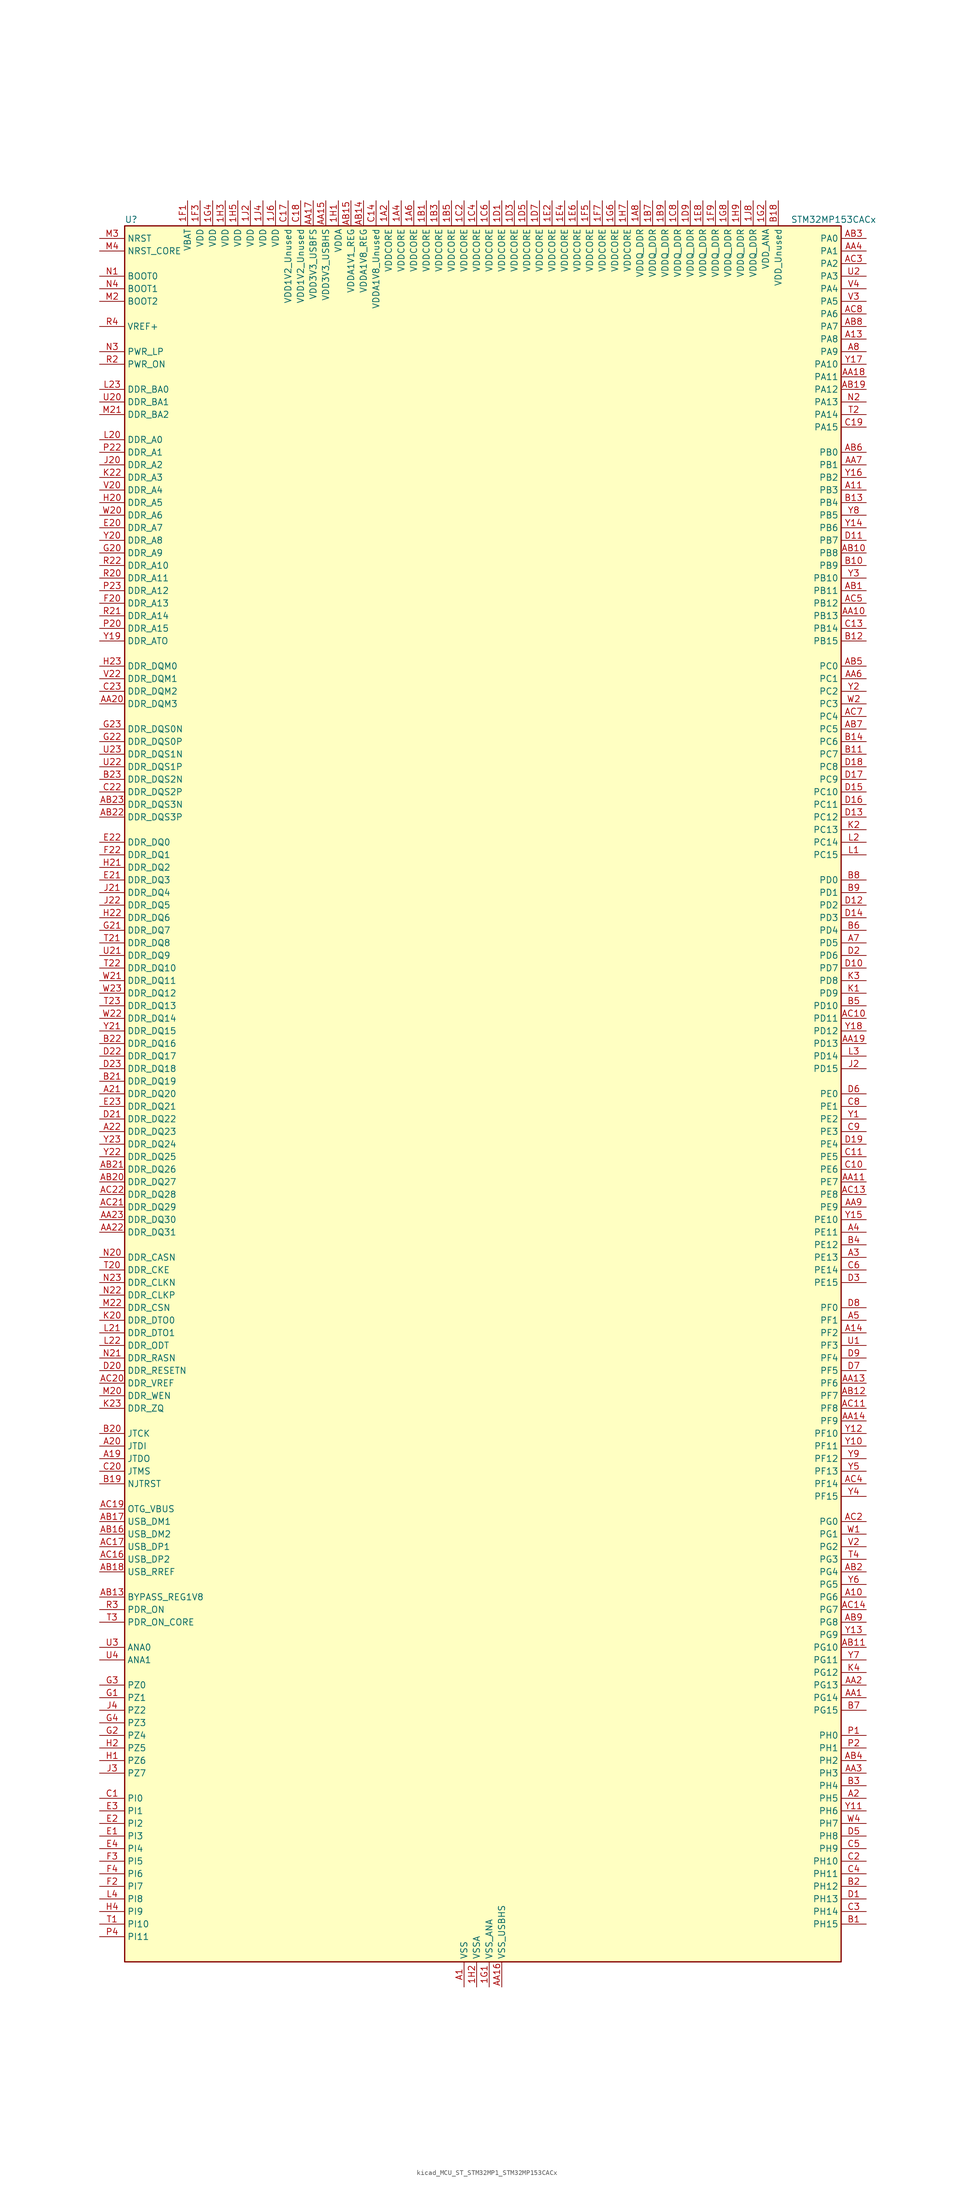
<source format=kicad_sym>
(kicad_symbol_lib
  (version 20220914)
  (generator kicad_symbol_editor)
  (symbol "kicad_MCU_ST_STM32MP1_STM32MP153CACx"
    (property "Reference" "U"
      (at -71.12 176.53 0)
      (effects (font (size 1.27 1.27)) (justify left)))
    (property "Value" "STM32MP153CACx"
      (at 63.5 176.53 0)
      (effects (font (size 1.27 1.27)) (justify left)))
    (property "ki_locked" ""
      (at 0 0 0)
      (effects (font (size 1.27 1.27))))
    (symbol "kicad_MCU_ST_STM32MP1_STM32MP153CACx_0_1"
      (rectangle (start -71.12 -175.26) (end 73.66 175.26) (stroke (width 0.254) (type default)) (fill (type background))))
    (symbol "kicad_MCU_ST_STM32MP1_STM32MP153CACx_1_1"
      (pin power_in line (at -17.78 180.34 270) (length 5.08) (name "VDDCORE" (effects (font (size 1.27 1.27)))) (number "1A2" (effects (font (size 1.27 1.27)))))
      (pin passive line (at -2.54 -180.34 90) (length 5.08) hide (name "VSS" (effects (font (size 1.27 1.27)))) (number "1A3" (effects (font (size 1.27 1.27)))))
      (pin power_in line (at -15.24 180.34 270) (length 5.08) (name "VDDCORE" (effects (font (size 1.27 1.27)))) (number "1A4" (effects (font (size 1.27 1.27)))))
      (pin passive line (at -2.54 -180.34 90) (length 5.08) hide (name "VSS" (effects (font (size 1.27 1.27)))) (number "1A5" (effects (font (size 1.27 1.27)))))
      (pin power_in line (at -12.7 180.34 270) (length 5.08) (name "VDDCORE" (effects (font (size 1.27 1.27)))) (number "1A6" (effects (font (size 1.27 1.27)))))
      (pin passive line (at -2.54 -180.34 90) (length 5.08) hide (name "VSS" (effects (font (size 1.27 1.27)))) (number "1A7" (effects (font (size 1.27 1.27)))))
      (pin power_in line (at 33.02 180.34 270) (length 5.08) (name "VDDQ_DDR" (effects (font (size 1.27 1.27)))) (number "1A8" (effects (font (size 1.27 1.27)))))
      (pin power_in line (at -10.16 180.34 270) (length 5.08) (name "VDDCORE" (effects (font (size 1.27 1.27)))) (number "1B1" (effects (font (size 1.27 1.27)))))
      (pin passive line (at -2.54 -180.34 90) (length 5.08) hide (name "VSS" (effects (font (size 1.27 1.27)))) (number "1B2" (effects (font (size 1.27 1.27)))))
      (pin power_in line (at -7.62 180.34 270) (length 5.08) (name "VDDCORE" (effects (font (size 1.27 1.27)))) (number "1B3" (effects (font (size 1.27 1.27)))))
      (pin passive line (at -2.54 -180.34 90) (length 5.08) hide (name "VSS" (effects (font (size 1.27 1.27)))) (number "1B4" (effects (font (size 1.27 1.27)))))
      (pin power_in line (at -5.08 180.34 270) (length 5.08) (name "VDDCORE" (effects (font (size 1.27 1.27)))) (number "1B5" (effects (font (size 1.27 1.27)))))
      (pin passive line (at -2.54 -180.34 90) (length 5.08) hide (name "VSS" (effects (font (size 1.27 1.27)))) (number "1B6" (effects (font (size 1.27 1.27)))))
      (pin power_in line (at 35.56 180.34 270) (length 5.08) (name "VDDQ_DDR" (effects (font (size 1.27 1.27)))) (number "1B7" (effects (font (size 1.27 1.27)))))
      (pin passive line (at -2.54 -180.34 90) (length 5.08) hide (name "VSS" (effects (font (size 1.27 1.27)))) (number "1B8" (effects (font (size 1.27 1.27)))))
      (pin power_in line (at 38.1 180.34 270) (length 5.08) (name "VDDQ_DDR" (effects (font (size 1.27 1.27)))) (number "1B9" (effects (font (size 1.27 1.27)))))
      (pin passive line (at -2.54 -180.34 90) (length 5.08) hide (name "VSS" (effects (font (size 1.27 1.27)))) (number "1C1" (effects (font (size 1.27 1.27)))))
      (pin power_in line (at -2.54 180.34 270) (length 5.08) (name "VDDCORE" (effects (font (size 1.27 1.27)))) (number "1C2" (effects (font (size 1.27 1.27)))))
      (pin passive line (at -2.54 -180.34 90) (length 5.08) hide (name "VSS" (effects (font (size 1.27 1.27)))) (number "1C3" (effects (font (size 1.27 1.27)))))
      (pin power_in line (at 0 180.34 270) (length 5.08) (name "VDDCORE" (effects (font (size 1.27 1.27)))) (number "1C4" (effects (font (size 1.27 1.27)))))
      (pin passive line (at -2.54 -180.34 90) (length 5.08) hide (name "VSS" (effects (font (size 1.27 1.27)))) (number "1C5" (effects (font (size 1.27 1.27)))))
      (pin power_in line (at 2.54 180.34 270) (length 5.08) (name "VDDCORE" (effects (font (size 1.27 1.27)))) (number "1C6" (effects (font (size 1.27 1.27)))))
      (pin passive line (at -2.54 -180.34 90) (length 5.08) hide (name "VSS" (effects (font (size 1.27 1.27)))) (number "1C7" (effects (font (size 1.27 1.27)))))
      (pin power_in line (at 40.64 180.34 270) (length 5.08) (name "VDDQ_DDR" (effects (font (size 1.27 1.27)))) (number "1C8" (effects (font (size 1.27 1.27)))))
      (pin passive line (at -2.54 -180.34 90) (length 5.08) hide (name "VSS" (effects (font (size 1.27 1.27)))) (number "1C9" (effects (font (size 1.27 1.27)))))
      (pin power_in line (at 5.08 180.34 270) (length 5.08) (name "VDDCORE" (effects (font (size 1.27 1.27)))) (number "1D1" (effects (font (size 1.27 1.27)))))
      (pin passive line (at -2.54 -180.34 90) (length 5.08) hide (name "VSS" (effects (font (size 1.27 1.27)))) (number "1D2" (effects (font (size 1.27 1.27)))))
      (pin power_in line (at 7.62 180.34 270) (length 5.08) (name "VDDCORE" (effects (font (size 1.27 1.27)))) (number "1D3" (effects (font (size 1.27 1.27)))))
      (pin passive line (at -2.54 -180.34 90) (length 5.08) hide (name "VSS" (effects (font (size 1.27 1.27)))) (number "1D4" (effects (font (size 1.27 1.27)))))
      (pin power_in line (at 10.16 180.34 270) (length 5.08) (name "VDDCORE" (effects (font (size 1.27 1.27)))) (number "1D5" (effects (font (size 1.27 1.27)))))
      (pin passive line (at -2.54 -180.34 90) (length 5.08) hide (name "VSS" (effects (font (size 1.27 1.27)))) (number "1D6" (effects (font (size 1.27 1.27)))))
      (pin power_in line (at 12.7 180.34 270) (length 5.08) (name "VDDCORE" (effects (font (size 1.27 1.27)))) (number "1D7" (effects (font (size 1.27 1.27)))))
      (pin passive line (at -2.54 -180.34 90) (length 5.08) hide (name "VSS" (effects (font (size 1.27 1.27)))) (number "1D8" (effects (font (size 1.27 1.27)))))
      (pin power_in line (at 43.18 180.34 270) (length 5.08) (name "VDDQ_DDR" (effects (font (size 1.27 1.27)))) (number "1D9" (effects (font (size 1.27 1.27)))))
      (pin passive line (at -2.54 -180.34 90) (length 5.08) hide (name "VSS" (effects (font (size 1.27 1.27)))) (number "1E1" (effects (font (size 1.27 1.27)))))
      (pin power_in line (at 15.24 180.34 270) (length 5.08) (name "VDDCORE" (effects (font (size 1.27 1.27)))) (number "1E2" (effects (font (size 1.27 1.27)))))
      (pin passive line (at -2.54 -180.34 90) (length 5.08) hide (name "VSS" (effects (font (size 1.27 1.27)))) (number "1E3" (effects (font (size 1.27 1.27)))))
      (pin power_in line (at 17.78 180.34 270) (length 5.08) (name "VDDCORE" (effects (font (size 1.27 1.27)))) (number "1E4" (effects (font (size 1.27 1.27)))))
      (pin passive line (at -2.54 -180.34 90) (length 5.08) hide (name "VSS" (effects (font (size 1.27 1.27)))) (number "1E5" (effects (font (size 1.27 1.27)))))
      (pin power_in line (at 20.32 180.34 270) (length 5.08) (name "VDDCORE" (effects (font (size 1.27 1.27)))) (number "1E6" (effects (font (size 1.27 1.27)))))
      (pin passive line (at -2.54 -180.34 90) (length 5.08) hide (name "VSS" (effects (font (size 1.27 1.27)))) (number "1E7" (effects (font (size 1.27 1.27)))))
      (pin power_in line (at 45.72 180.34 270) (length 5.08) (name "VDDQ_DDR" (effects (font (size 1.27 1.27)))) (number "1E8" (effects (font (size 1.27 1.27)))))
      (pin passive line (at -2.54 -180.34 90) (length 5.08) hide (name "VSS" (effects (font (size 1.27 1.27)))) (number "1E9" (effects (font (size 1.27 1.27)))))
      (pin power_in line (at -58.42 180.34 270) (length 5.08) (name "VBAT" (effects (font (size 1.27 1.27)))) (number "1F1" (effects (font (size 1.27 1.27)))))
      (pin passive line (at -2.54 -180.34 90) (length 5.08) hide (name "VSS" (effects (font (size 1.27 1.27)))) (number "1F2" (effects (font (size 1.27 1.27)))))
      (pin power_in line (at -55.88 180.34 270) (length 5.08) (name "VDD" (effects (font (size 1.27 1.27)))) (number "1F3" (effects (font (size 1.27 1.27)))))
      (pin passive line (at -2.54 -180.34 90) (length 5.08) hide (name "VSS" (effects (font (size 1.27 1.27)))) (number "1F4" (effects (font (size 1.27 1.27)))))
      (pin power_in line (at 22.86 180.34 270) (length 5.08) (name "VDDCORE" (effects (font (size 1.27 1.27)))) (number "1F5" (effects (font (size 1.27 1.27)))))
      (pin passive line (at -2.54 -180.34 90) (length 5.08) hide (name "VSS" (effects (font (size 1.27 1.27)))) (number "1F6" (effects (font (size 1.27 1.27)))))
      (pin power_in line (at 25.4 180.34 270) (length 5.08) (name "VDDCORE" (effects (font (size 1.27 1.27)))) (number "1F7" (effects (font (size 1.27 1.27)))))
      (pin passive line (at -2.54 -180.34 90) (length 5.08) hide (name "VSS" (effects (font (size 1.27 1.27)))) (number "1F8" (effects (font (size 1.27 1.27)))))
      (pin power_in line (at 48.26 180.34 270) (length 5.08) (name "VDDQ_DDR" (effects (font (size 1.27 1.27)))) (number "1F9" (effects (font (size 1.27 1.27)))))
      (pin power_in line (at 2.54 -180.34 90) (length 5.08) (name "VSS_ANA" (effects (font (size 1.27 1.27)))) (number "1G1" (effects (font (size 1.27 1.27)))))
      (pin power_in line (at 58.42 180.34 270) (length 5.08) (name "VDD_ANA" (effects (font (size 1.27 1.27)))) (number "1G2" (effects (font (size 1.27 1.27)))))
      (pin passive line (at -2.54 -180.34 90) (length 5.08) hide (name "VSS" (effects (font (size 1.27 1.27)))) (number "1G3" (effects (font (size 1.27 1.27)))))
      (pin power_in line (at -53.34 180.34 270) (length 5.08) (name "VDD" (effects (font (size 1.27 1.27)))) (number "1G4" (effects (font (size 1.27 1.27)))))
      (pin passive line (at -2.54 -180.34 90) (length 5.08) hide (name "VSS" (effects (font (size 1.27 1.27)))) (number "1G5" (effects (font (size 1.27 1.27)))))
      (pin power_in line (at 27.94 180.34 270) (length 5.08) (name "VDDCORE" (effects (font (size 1.27 1.27)))) (number "1G6" (effects (font (size 1.27 1.27)))))
      (pin passive line (at -2.54 -180.34 90) (length 5.08) hide (name "VSS" (effects (font (size 1.27 1.27)))) (number "1G7" (effects (font (size 1.27 1.27)))))
      (pin power_in line (at 50.8 180.34 270) (length 5.08) (name "VDDQ_DDR" (effects (font (size 1.27 1.27)))) (number "1G8" (effects (font (size 1.27 1.27)))))
      (pin passive line (at -2.54 -180.34 90) (length 5.08) hide (name "VSS" (effects (font (size 1.27 1.27)))) (number "1G9" (effects (font (size 1.27 1.27)))))
      (pin power_in line (at -27.94 180.34 270) (length 5.08) (name "VDDA" (effects (font (size 1.27 1.27)))) (number "1H1" (effects (font (size 1.27 1.27)))))
      (pin power_in line (at 0 -180.34 90) (length 5.08) (name "VSSA" (effects (font (size 1.27 1.27)))) (number "1H2" (effects (font (size 1.27 1.27)))))
      (pin power_in line (at -50.8 180.34 270) (length 5.08) (name "VDD" (effects (font (size 1.27 1.27)))) (number "1H3" (effects (font (size 1.27 1.27)))))
      (pin passive line (at -2.54 -180.34 90) (length 5.08) hide (name "VSS" (effects (font (size 1.27 1.27)))) (number "1H4" (effects (font (size 1.27 1.27)))))
      (pin power_in line (at -48.26 180.34 270) (length 5.08) (name "VDD" (effects (font (size 1.27 1.27)))) (number "1H5" (effects (font (size 1.27 1.27)))))
      (pin passive line (at -2.54 -180.34 90) (length 5.08) hide (name "VSS" (effects (font (size 1.27 1.27)))) (number "1H6" (effects (font (size 1.27 1.27)))))
      (pin power_in line (at 30.48 180.34 270) (length 5.08) (name "VDDCORE" (effects (font (size 1.27 1.27)))) (number "1H7" (effects (font (size 1.27 1.27)))))
      (pin passive line (at -2.54 -180.34 90) (length 5.08) hide (name "VSS" (effects (font (size 1.27 1.27)))) (number "1H8" (effects (font (size 1.27 1.27)))))
      (pin power_in line (at 53.34 180.34 270) (length 5.08) (name "VDDQ_DDR" (effects (font (size 1.27 1.27)))) (number "1H9" (effects (font (size 1.27 1.27)))))
      (pin power_in line (at -45.72 180.34 270) (length 5.08) (name "VDD" (effects (font (size 1.27 1.27)))) (number "1J2" (effects (font (size 1.27 1.27)))))
      (pin passive line (at -2.54 -180.34 90) (length 5.08) hide (name "VSS" (effects (font (size 1.27 1.27)))) (number "1J3" (effects (font (size 1.27 1.27)))))
      (pin power_in line (at -43.18 180.34 270) (length 5.08) (name "VDD" (effects (font (size 1.27 1.27)))) (number "1J4" (effects (font (size 1.27 1.27)))))
      (pin passive line (at -2.54 -180.34 90) (length 5.08) hide (name "VSS" (effects (font (size 1.27 1.27)))) (number "1J5" (effects (font (size 1.27 1.27)))))
      (pin power_in line (at -40.64 180.34 270) (length 5.08) (name "VDD" (effects (font (size 1.27 1.27)))) (number "1J6" (effects (font (size 1.27 1.27)))))
      (pin passive line (at -2.54 -180.34 90) (length 5.08) hide (name "VSS" (effects (font (size 1.27 1.27)))) (number "1J7" (effects (font (size 1.27 1.27)))))
      (pin power_in line (at 55.88 180.34 270) (length 5.08) (name "VDDQ_DDR" (effects (font (size 1.27 1.27)))) (number "1J8" (effects (font (size 1.27 1.27)))))
      (pin power_in line (at -2.54 -180.34 90) (length 5.08) (name "VSS" (effects (font (size 1.27 1.27)))) (number "A1" (effects (font (size 1.27 1.27)))))
      (pin bidirectional line (at 78.74 -101.6 180) (length 5.08) (name "PG6" (effects (font (size 1.27 1.27)))) (number "A10" (effects (font (size 1.27 1.27)))) (alternate "DCMI_D12" bidirectional line) (alternate "DEBUG_TRACED14" bidirectional line) (alternate "LTDC_R7" bidirectional line) (alternate "SDMMC2_CMD" bidirectional line) (alternate "TIM17_BKIN" bidirectional line))
      (pin bidirectional line (at 78.74 121.92 180) (length 5.08) (name "PB3" (effects (font (size 1.27 1.27)))) (number "A11" (effects (font (size 1.27 1.27)))) (alternate "DEBUG_TRACED9" bidirectional line) (alternate "I2S1_CK" bidirectional line) (alternate "I2S3_CK" bidirectional line) (alternate "SAI4_CK1" bidirectional line) (alternate "SAI4_MCLK_A" bidirectional line) (alternate "SDMMC2_D2" bidirectional line) (alternate "SPI1_SCK" bidirectional line) (alternate "SPI3_SCK" bidirectional line) (alternate "SPI6_SCK" bidirectional line) (alternate "TIM2_CH2" bidirectional line) (alternate "UART7_RX" bidirectional line))
      (pin bidirectional line (at 78.74 152.4 180) (length 5.08) (name "PA8" (effects (font (size 1.27 1.27)))) (number "A13" (effects (font (size 1.27 1.27)))) (alternate "I2C3_SCL" bidirectional line) (alternate "I2S3_SDO" bidirectional line) (alternate "LTDC_R6" bidirectional line) (alternate "RCC_MCO_1" bidirectional line) (alternate "SAI4_SD_B" bidirectional line) (alternate "SDMMC2_CKIN" bidirectional line) (alternate "SDMMC2_D4" bidirectional line) (alternate "SPI3_MOSI" bidirectional line) (alternate "TIM1_CH1" bidirectional line) (alternate "TIM8_BKIN2" bidirectional line) (alternate "UART7_RX" bidirectional line) (alternate "USART1_CK" bidirectional line) (alternate "USB_OTG_HS_SOF" bidirectional line))
      (pin bidirectional line (at 78.74 -48.26 180) (length 5.08) (name "PF2" (effects (font (size 1.27 1.27)))) (number "A14" (effects (font (size 1.27 1.27)))) (alternate "FMC_A2" bidirectional line) (alternate "I2C2_SMBA" bidirectional line) (alternate "SDMMC1_D0DIR" bidirectional line) (alternate "SDMMC2_D0DIR" bidirectional line) (alternate "SDMMC3_D0DIR" bidirectional line))
      (pin no_connect line (at -71.12 -175.26 0) (length 5.08) hide (name "DNU" (effects (font (size 1.27 1.27)))) (number "A16" (effects (font (size 1.27 1.27)))))
      (pin no_connect line (at -71.12 -172.72 0) (length 5.08) hide (name "DNU" (effects (font (size 1.27 1.27)))) (number "A17" (effects (font (size 1.27 1.27)))))
      (pin bidirectional line (at -76.2 -73.66 0) (length 5.08) (name "JTDO" (effects (font (size 1.27 1.27)))) (number "A19" (effects (font (size 1.27 1.27)))) (alternate "DEBUG_JTDO-SWO" bidirectional line))
      (pin bidirectional line (at 78.74 -142.24 180) (length 5.08) (name "PH5" (effects (font (size 1.27 1.27)))) (number "A2" (effects (font (size 1.27 1.27)))) (alternate "I2C2_SDA" bidirectional line) (alternate "SAI4_SD_B" bidirectional line) (alternate "SPI5_NSS" bidirectional line))
      (pin bidirectional line (at -76.2 -71.12 0) (length 5.08) (name "JTDI" (effects (font (size 1.27 1.27)))) (number "A20" (effects (font (size 1.27 1.27)))) (alternate "DEBUG_JTDI" bidirectional line))
      (pin bidirectional line (at -76.2 0 0) (length 5.08) (name "DDR_DQ20" (effects (font (size 1.27 1.27)))) (number "A21" (effects (font (size 1.27 1.27)))) (alternate "DDR_DQ20" bidirectional line))
      (pin bidirectional line (at -76.2 -7.62 0) (length 5.08) (name "DDR_DQ23" (effects (font (size 1.27 1.27)))) (number "A22" (effects (font (size 1.27 1.27)))) (alternate "DDR_DQ23" bidirectional line))
      (pin passive line (at -2.54 -180.34 90) (length 5.08) hide (name "VSS" (effects (font (size 1.27 1.27)))) (number "A23" (effects (font (size 1.27 1.27)))))
      (pin bidirectional line (at 78.74 -33.02 180) (length 5.08) (name "PE13" (effects (font (size 1.27 1.27)))) (number "A3" (effects (font (size 1.27 1.27)))) (alternate "DCMI_D6" bidirectional line) (alternate "DFSDM1_CKIN5" bidirectional line) (alternate "FMC_D10" bidirectional line) (alternate "FMC_DA10" bidirectional line) (alternate "HDP_HDP2" bidirectional line) (alternate "LTDC_DE" bidirectional line) (alternate "SAI2_FS_B" bidirectional line) (alternate "SPI4_MISO" bidirectional line) (alternate "TIM1_CH3" bidirectional line))
      (pin bidirectional line (at 78.74 -27.94 180) (length 5.08) (name "PE11" (effects (font (size 1.27 1.27)))) (number "A4" (effects (font (size 1.27 1.27)))) (alternate "ADC1_EXTI11" bidirectional line) (alternate "ADC2_EXTI11" bidirectional line) (alternate "DCMI_D4" bidirectional line) (alternate "DFSDM1_CKIN4" bidirectional line) (alternate "FMC_D8" bidirectional line) (alternate "FMC_DA8" bidirectional line) (alternate "LTDC_G3" bidirectional line) (alternate "SAI2_SD_B" bidirectional line) (alternate "SPI4_NSS" bidirectional line) (alternate "TIM1_CH2" bidirectional line) (alternate "USART6_CK" bidirectional line))
      (pin bidirectional line (at 78.74 -45.72 180) (length 5.08) (name "PF1" (effects (font (size 1.27 1.27)))) (number "A5" (effects (font (size 1.27 1.27)))) (alternate "FMC_A1" bidirectional line) (alternate "I2C2_SCL" bidirectional line) (alternate "SDMMC3_CDIR" bidirectional line) (alternate "SDMMC3_CMD" bidirectional line))
      (pin bidirectional line (at 78.74 30.48 180) (length 5.08) (name "PD5" (effects (font (size 1.27 1.27)))) (number "A7" (effects (font (size 1.27 1.27)))) (alternate "FMC_NWE" bidirectional line) (alternate "SDMMC3_D2" bidirectional line) (alternate "USART2_TX" bidirectional line))
      (pin bidirectional line (at 78.74 149.86 180) (length 5.08) (name "PA9" (effects (font (size 1.27 1.27)))) (number "A8" (effects (font (size 1.27 1.27)))) (alternate "DAC1_EXTI9" bidirectional line) (alternate "DCMI_D0" bidirectional line) (alternate "I2C3_SMBA" bidirectional line) (alternate "I2S2_CK" bidirectional line) (alternate "LTDC_R5" bidirectional line) (alternate "SDMMC2_CDIR" bidirectional line) (alternate "SDMMC2_D5" bidirectional line) (alternate "SPI2_SCK" bidirectional line) (alternate "TIM1_CH2" bidirectional line) (alternate "USART1_TX" bidirectional line))
      (pin bidirectional line (at 78.74 -121.92 180) (length 5.08) (name "PG14" (effects (font (size 1.27 1.27)))) (number "AA1" (effects (font (size 1.27 1.27)))) (alternate "DEBUG_TRACED1" bidirectional line) (alternate "ETH1_TXD1" bidirectional line) (alternate "FMC_A25" bidirectional line) (alternate "LPTIM1_ETR" bidirectional line) (alternate "LTDC_B0" bidirectional line) (alternate "QUADSPI_BK2_IO3" bidirectional line) (alternate "SAI4_D1" bidirectional line) (alternate "SAI4_SD_A" bidirectional line) (alternate "SPI6_MOSI" bidirectional line) (alternate "USART6_TX" bidirectional line))
      (pin bidirectional line (at 78.74 96.52 180) (length 5.08) (name "PB13" (effects (font (size 1.27 1.27)))) (number "AA10" (effects (font (size 1.27 1.27)))) (alternate "DFSDM1_CKIN1" bidirectional line) (alternate "DFSDM1_CKOUT" bidirectional line) (alternate "ETH1_TXD1" bidirectional line) (alternate "FDCAN2_TX" bidirectional line) (alternate "I2S2_CK" bidirectional line) (alternate "LPTIM2_OUT" bidirectional line) (alternate "SPI2_SCK" bidirectional line) (alternate "TIM1_CH1N" bidirectional line) (alternate "UART5_TX" bidirectional line) (alternate "USART3_CTS" bidirectional line) (alternate "USART3_NSS" bidirectional line))
      (pin bidirectional line (at 78.74 -17.78 180) (length 5.08) (name "PE7" (effects (font (size 1.27 1.27)))) (number "AA11" (effects (font (size 1.27 1.27)))) (alternate "DFSDM1_DATIN2" bidirectional line) (alternate "FMC_D4" bidirectional line) (alternate "FMC_DA4" bidirectional line) (alternate "QUADSPI_BK2_IO0" bidirectional line) (alternate "TIM1_ETR" bidirectional line) (alternate "TIM3_ETR" bidirectional line) (alternate "UART7_RX" bidirectional line))
      (pin passive line (at -2.54 -180.34 90) (length 5.08) hide (name "VSS" (effects (font (size 1.27 1.27)))) (number "AA12" (effects (font (size 1.27 1.27)))))
      (pin bidirectional line (at 78.74 -58.42 180) (length 5.08) (name "PF6" (effects (font (size 1.27 1.27)))) (number "AA13" (effects (font (size 1.27 1.27)))) (alternate "QUADSPI_BK1_IO3" bidirectional line) (alternate "SAI1_SD_B" bidirectional line) (alternate "SAI4_SCK_B" bidirectional line) (alternate "SPI5_NSS" bidirectional line) (alternate "TIM16_CH1" bidirectional line) (alternate "UART7_RX" bidirectional line))
      (pin bidirectional line (at 78.74 -66.04 180) (length 5.08) (name "PF9" (effects (font (size 1.27 1.27)))) (number "AA14" (effects (font (size 1.27 1.27)))) (alternate "DAC1_EXTI9" bidirectional line) (alternate "DEBUG_TRACED13" bidirectional line) (alternate "QUADSPI_BK1_IO1" bidirectional line) (alternate "SAI1_FS_B" bidirectional line) (alternate "SPI5_MOSI" bidirectional line) (alternate "TIM14_CH1" bidirectional line) (alternate "TIM17_CH1N" bidirectional line) (alternate "UART7_CTS" bidirectional line))
      (pin power_in line (at -30.48 180.34 270) (length 5.08) (name "VDD3V3_USBHS" (effects (font (size 1.27 1.27)))) (number "AA15" (effects (font (size 1.27 1.27)))))
      (pin power_in line (at 5.08 -180.34 90) (length 5.08) (name "VSS_USBHS" (effects (font (size 1.27 1.27)))) (number "AA16" (effects (font (size 1.27 1.27)))))
      (pin power_in line (at -33.02 180.34 270) (length 5.08) (name "VDD3V3_USBFS" (effects (font (size 1.27 1.27)))) (number "AA17" (effects (font (size 1.27 1.27)))))
      (pin bidirectional line (at 78.74 144.78 180) (length 5.08) (name "PA11" (effects (font (size 1.27 1.27)))) (number "AA18" (effects (font (size 1.27 1.27)))) (alternate "ADC1_EXTI11" bidirectional line) (alternate "ADC2_EXTI11" bidirectional line) (alternate "FDCAN1_RX" bidirectional line) (alternate "I2C5_SCL" bidirectional line) (alternate "I2C6_SCL" bidirectional line) (alternate "I2S2_WS" bidirectional line) (alternate "LTDC_R4" bidirectional line) (alternate "SPI2_NSS" bidirectional line) (alternate "TIM1_CH4" bidirectional line) (alternate "UART4_RX" bidirectional line) (alternate "USART1_CTS" bidirectional line) (alternate "USART1_NSS" bidirectional line))
      (pin bidirectional line (at 78.74 10.16 180) (length 5.08) (name "PD13" (effects (font (size 1.27 1.27)))) (number "AA19" (effects (font (size 1.27 1.27)))) (alternate "FMC_A18" bidirectional line) (alternate "I2C1_SDA" bidirectional line) (alternate "I2C4_SDA" bidirectional line) (alternate "I2S3_MCK" bidirectional line) (alternate "LPTIM1_OUT" bidirectional line) (alternate "QUADSPI_BK1_IO3" bidirectional line) (alternate "SAI2_SCK_A" bidirectional line) (alternate "TIM4_CH2" bidirectional line))
      (pin bidirectional line (at 78.74 -119.38 180) (length 5.08) (name "PG13" (effects (font (size 1.27 1.27)))) (number "AA2" (effects (font (size 1.27 1.27)))) (alternate "DEBUG_TRACED0" bidirectional line) (alternate "ETH1_TXD0" bidirectional line) (alternate "FMC_A24" bidirectional line) (alternate "LPTIM1_OUT" bidirectional line) (alternate "LTDC_R0" bidirectional line) (alternate "SAI1_CK2" bidirectional line) (alternate "SAI1_SCK_A" bidirectional line) (alternate "SAI4_CK1" bidirectional line) (alternate "SAI4_MCLK_A" bidirectional line) (alternate "SPI6_SCK" bidirectional line) (alternate "USART6_CTS" bidirectional line) (alternate "USART6_NSS" bidirectional line))
      (pin bidirectional line (at -76.2 78.74 0) (length 5.08) (name "DDR_DQM3" (effects (font (size 1.27 1.27)))) (number "AA20" (effects (font (size 1.27 1.27)))) (alternate "DDR_DQM3" bidirectional line))
      (pin passive line (at -2.54 -180.34 90) (length 5.08) hide (name "VSS" (effects (font (size 1.27 1.27)))) (number "AA21" (effects (font (size 1.27 1.27)))))
      (pin bidirectional line (at -76.2 -27.94 0) (length 5.08) (name "DDR_DQ31" (effects (font (size 1.27 1.27)))) (number "AA22" (effects (font (size 1.27 1.27)))) (alternate "DDR_DQ31" bidirectional line))
      (pin bidirectional line (at -76.2 -25.4 0) (length 5.08) (name "DDR_DQ30" (effects (font (size 1.27 1.27)))) (number "AA23" (effects (font (size 1.27 1.27)))) (alternate "DDR_DQ30" bidirectional line))
      (pin bidirectional line (at 78.74 -137.16 180) (length 5.08) (name "PH3" (effects (font (size 1.27 1.27)))) (number "AA3" (effects (font (size 1.27 1.27)))) (alternate "DFSDM1_CKIN4" bidirectional line) (alternate "ETH1_COL" bidirectional line) (alternate "LTDC_R1" bidirectional line) (alternate "QUADSPI_BK2_IO1" bidirectional line) (alternate "SAI2_MCLK_B" bidirectional line))
      (pin bidirectional line (at 78.74 170.18 180) (length 5.08) (name "PA1" (effects (font (size 1.27 1.27)))) (number "AA4" (effects (font (size 1.27 1.27)))) (alternate "ADC1_INN16" bidirectional line) (alternate "ADC1_INP17" bidirectional line) (alternate "ETH1_CLK" bidirectional line) (alternate "ETH1_REF_CLK" bidirectional line) (alternate "ETH1_RX_CLK" bidirectional line) (alternate "LPTIM3_OUT" bidirectional line) (alternate "LTDC_R2" bidirectional line) (alternate "QUADSPI_BK1_IO3" bidirectional line) (alternate "SAI2_MCLK_B" bidirectional line) (alternate "TIM15_CH1N" bidirectional line) (alternate "TIM2_CH2" bidirectional line) (alternate "TIM5_CH2" bidirectional line) (alternate "UART4_RX" bidirectional line) (alternate "USART2_DE" bidirectional line) (alternate "USART2_RTS" bidirectional line))
      (pin passive line (at -2.54 -180.34 90) (length 5.08) hide (name "VSS" (effects (font (size 1.27 1.27)))) (number "AA5" (effects (font (size 1.27 1.27)))))
      (pin bidirectional line (at 78.74 83.82 180) (length 5.08) (name "PC1" (effects (font (size 1.27 1.27)))) (number "AA6" (effects (font (size 1.27 1.27)))) (alternate "ADC1_INN10" bidirectional line) (alternate "ADC1_INP11" bidirectional line) (alternate "ADC2_INN10" bidirectional line) (alternate "ADC2_INP11" bidirectional line) (alternate "DEBUG_TRACED0" bidirectional line) (alternate "DFSDM1_CKIN4" bidirectional line) (alternate "DFSDM1_DATIN0" bidirectional line) (alternate "ETH1_MDC" bidirectional line) (alternate "I2S2_SDO" bidirectional line) (alternate "PWR_WKUP6" bidirectional line) (alternate "SAI1_D1" bidirectional line) (alternate "SAI1_SD_A" bidirectional line) (alternate "SDMMC2_CK" bidirectional line) (alternate "SPI2_MOSI" bidirectional line) (alternate "TAMP_IN3" bidirectional line))
      (pin bidirectional line (at 78.74 127 180) (length 5.08) (name "PB1" (effects (font (size 1.27 1.27)))) (number "AA7" (effects (font (size 1.27 1.27)))) (alternate "ADC1_INP5" bidirectional line) (alternate "ADC2_INP5" bidirectional line) (alternate "DFSDM1_DATIN1" bidirectional line) (alternate "ETH1_RXD3" bidirectional line) (alternate "LTDC_G0" bidirectional line) (alternate "LTDC_R6" bidirectional line) (alternate "TIM1_CH3N" bidirectional line) (alternate "TIM3_CH4" bidirectional line) (alternate "TIM8_CH3N" bidirectional line))
      (pin passive line (at -2.54 -180.34 90) (length 5.08) hide (name "VSS" (effects (font (size 1.27 1.27)))) (number "AA8" (effects (font (size 1.27 1.27)))))
      (pin bidirectional line (at 78.74 -22.86 180) (length 5.08) (name "PE9" (effects (font (size 1.27 1.27)))) (number "AA9" (effects (font (size 1.27 1.27)))) (alternate "DAC1_EXTI9" bidirectional line) (alternate "DFSDM1_CKOUT" bidirectional line) (alternate "FMC_D6" bidirectional line) (alternate "FMC_DA6" bidirectional line) (alternate "QUADSPI_BK2_IO2" bidirectional line) (alternate "TIM1_CH1" bidirectional line) (alternate "UART7_DE" bidirectional line) (alternate "UART7_RTS" bidirectional line))
      (pin bidirectional line (at 78.74 101.6 180) (length 5.08) (name "PB11" (effects (font (size 1.27 1.27)))) (number "AB1" (effects (font (size 1.27 1.27)))) (alternate "ADC1_EXTI11" bidirectional line) (alternate "ADC2_EXTI11" bidirectional line) (alternate "DFSDM1_CKIN7" bidirectional line) (alternate "ETH1_TX_CTL" bidirectional line) (alternate "ETH1_TX_EN" bidirectional line) (alternate "I2C2_SDA" bidirectional line) (alternate "LPTIM2_ETR" bidirectional line) (alternate "LTDC_G5" bidirectional line) (alternate "TIM2_CH4" bidirectional line) (alternate "USART3_RX" bidirectional line))
      (pin bidirectional line (at 78.74 109.22 180) (length 5.08) (name "PB8" (effects (font (size 1.27 1.27)))) (number "AB10" (effects (font (size 1.27 1.27)))) (alternate "DCMI_D6" bidirectional line) (alternate "DFSDM1_CKIN7" bidirectional line) (alternate "ETH1_TXD3" bidirectional line) (alternate "FDCAN1_RX" bidirectional line) (alternate "HDP_HDP6" bidirectional line) (alternate "I2C1_SCL" bidirectional line) (alternate "I2C4_SCL" bidirectional line) (alternate "LTDC_B6" bidirectional line) (alternate "SDMMC1_CKIN" bidirectional line) (alternate "SDMMC1_D4" bidirectional line) (alternate "SDMMC2_CKIN" bidirectional line) (alternate "SDMMC2_D4" bidirectional line) (alternate "TIM16_CH1" bidirectional line) (alternate "TIM4_CH3" bidirectional line) (alternate "UART4_RX" bidirectional line))
      (pin bidirectional line (at 78.74 -111.76 180) (length 5.08) (name "PG10" (effects (font (size 1.27 1.27)))) (number "AB11" (effects (font (size 1.27 1.27)))) (alternate "DCMI_D2" bidirectional line) (alternate "DEBUG_TRACED10" bidirectional line) (alternate "FMC_NE3" bidirectional line) (alternate "LTDC_B2" bidirectional line) (alternate "LTDC_G3" bidirectional line) (alternate "QUADSPI_BK2_IO2" bidirectional line) (alternate "SAI2_SD_B" bidirectional line) (alternate "UART8_CTS" bidirectional line))
      (pin bidirectional line (at 78.74 -60.96 180) (length 5.08) (name "PF7" (effects (font (size 1.27 1.27)))) (number "AB12" (effects (font (size 1.27 1.27)))) (alternate "QUADSPI_BK1_IO2" bidirectional line) (alternate "SAI1_MCLK_B" bidirectional line) (alternate "SPI5_SCK" bidirectional line) (alternate "TIM17_CH1" bidirectional line) (alternate "UART7_TX" bidirectional line))
      (pin bidirectional line (at -76.2 -101.6 0) (length 5.08) (name "BYPASS_REG1V8" (effects (font (size 1.27 1.27)))) (number "AB13" (effects (font (size 1.27 1.27)))))
      (pin power_in line (at -22.86 180.34 270) (length 5.08) (name "VDDA1V8_REG" (effects (font (size 1.27 1.27)))) (number "AB14" (effects (font (size 1.27 1.27)))))
      (pin power_in line (at -25.4 180.34 270) (length 5.08) (name "VDDA1V1_REG" (effects (font (size 1.27 1.27)))) (number "AB15" (effects (font (size 1.27 1.27)))))
      (pin bidirectional line (at -76.2 -88.9 0) (length 5.08) (name "USB_DM2" (effects (font (size 1.27 1.27)))) (number "AB16" (effects (font (size 1.27 1.27)))) (alternate "USBH_HS2_DM" bidirectional line) (alternate "USB_OTG_HS_DM" bidirectional line))
      (pin bidirectional line (at -76.2 -86.36 0) (length 5.08) (name "USB_DM1" (effects (font (size 1.27 1.27)))) (number "AB17" (effects (font (size 1.27 1.27)))) (alternate "USBH_HS1_DM" bidirectional line))
      (pin bidirectional line (at -76.2 -96.52 0) (length 5.08) (name "USB_RREF" (effects (font (size 1.27 1.27)))) (number "AB18" (effects (font (size 1.27 1.27)))))
      (pin bidirectional line (at 78.74 142.24 180) (length 5.08) (name "PA12" (effects (font (size 1.27 1.27)))) (number "AB19" (effects (font (size 1.27 1.27)))) (alternate "FDCAN1_TX" bidirectional line) (alternate "I2C5_SDA" bidirectional line) (alternate "I2C6_SDA" bidirectional line) (alternate "LTDC_R5" bidirectional line) (alternate "SAI2_FS_B" bidirectional line) (alternate "TIM1_ETR" bidirectional line) (alternate "UART4_TX" bidirectional line) (alternate "USART1_DE" bidirectional line) (alternate "USART1_RTS" bidirectional line))
      (pin bidirectional line (at 78.74 -96.52 180) (length 5.08) (name "PG4" (effects (font (size 1.27 1.27)))) (number "AB2" (effects (font (size 1.27 1.27)))) (alternate "ETH1_GTX_CLK" bidirectional line) (alternate "FMC_A14" bidirectional line) (alternate "TIM1_BKIN2" bidirectional line))
      (pin bidirectional line (at -76.2 -17.78 0) (length 5.08) (name "DDR_DQ27" (effects (font (size 1.27 1.27)))) (number "AB20" (effects (font (size 1.27 1.27)))) (alternate "DDR_DQ27" bidirectional line))
      (pin bidirectional line (at -76.2 -15.24 0) (length 5.08) (name "DDR_DQ26" (effects (font (size 1.27 1.27)))) (number "AB21" (effects (font (size 1.27 1.27)))) (alternate "DDR_DQ26" bidirectional line))
      (pin bidirectional line (at -76.2 55.88 0) (length 5.08) (name "DDR_DQS3P" (effects (font (size 1.27 1.27)))) (number "AB22" (effects (font (size 1.27 1.27)))) (alternate "DDR_DQS3P" bidirectional line))
      (pin bidirectional line (at -76.2 58.42 0) (length 5.08) (name "DDR_DQS3N" (effects (font (size 1.27 1.27)))) (number "AB23" (effects (font (size 1.27 1.27)))) (alternate "DDR_DQS3N" bidirectional line))
      (pin bidirectional line (at 78.74 172.72 180) (length 5.08) (name "PA0" (effects (font (size 1.27 1.27)))) (number "AB3" (effects (font (size 1.27 1.27)))) (alternate "ADC1_INP16" bidirectional line) (alternate "ETH1_CRS" bidirectional line) (alternate "PWR_WKUP1" bidirectional line) (alternate "SAI2_SD_B" bidirectional line) (alternate "SDMMC2_CMD" bidirectional line) (alternate "TIM15_BKIN" bidirectional line) (alternate "TIM2_CH1" bidirectional line) (alternate "TIM2_ETR" bidirectional line) (alternate "TIM5_CH1" bidirectional line) (alternate "TIM8_ETR" bidirectional line) (alternate "UART4_TX" bidirectional line) (alternate "USART2_CTS" bidirectional line) (alternate "USART2_NSS" bidirectional line))
      (pin bidirectional line (at 78.74 -134.62 180) (length 5.08) (name "PH2" (effects (font (size 1.27 1.27)))) (number "AB4" (effects (font (size 1.27 1.27)))) (alternate "ETH1_CRS" bidirectional line) (alternate "LPTIM1_IN2" bidirectional line) (alternate "LTDC_R0" bidirectional line) (alternate "QUADSPI_BK2_IO0" bidirectional line) (alternate "SAI2_SCK_B" bidirectional line))
      (pin bidirectional line (at 78.74 86.36 180) (length 5.08) (name "PC0" (effects (font (size 1.27 1.27)))) (number "AB5" (effects (font (size 1.27 1.27)))) (alternate "ADC1_INP10" bidirectional line) (alternate "ADC2_INP10" bidirectional line) (alternate "DFSDM1_CKIN0" bidirectional line) (alternate "DFSDM1_DATIN4" bidirectional line) (alternate "LPTIM2_IN2" bidirectional line) (alternate "LTDC_R5" bidirectional line) (alternate "QUADSPI_BK2_NCS" bidirectional line) (alternate "SAI2_FS_B" bidirectional line))
      (pin bidirectional line (at 78.74 129.54 180) (length 5.08) (name "PB0" (effects (font (size 1.27 1.27)))) (number "AB6" (effects (font (size 1.27 1.27)))) (alternate "ADC1_INN5" bidirectional line) (alternate "ADC1_INP9" bidirectional line) (alternate "ADC2_INN5" bidirectional line) (alternate "ADC2_INP9" bidirectional line) (alternate "DFSDM1_CKOUT" bidirectional line) (alternate "ETH1_RXD2" bidirectional line) (alternate "LTDC_G1" bidirectional line) (alternate "LTDC_R3" bidirectional line) (alternate "TIM1_CH2N" bidirectional line) (alternate "TIM3_CH3" bidirectional line) (alternate "TIM8_CH2N" bidirectional line) (alternate "UART4_CTS" bidirectional line))
      (pin bidirectional line (at 78.74 73.66 180) (length 5.08) (name "PC5" (effects (font (size 1.27 1.27)))) (number "AB7" (effects (font (size 1.27 1.27)))) (alternate "ADC1_INN4" bidirectional line) (alternate "ADC1_INP8" bidirectional line) (alternate "ADC2_INN4" bidirectional line) (alternate "ADC2_INP8" bidirectional line) (alternate "DFSDM1_DATIN2" bidirectional line) (alternate "ETH1_RXD1" bidirectional line) (alternate "SAI1_D3" bidirectional line) (alternate "SAI1_D4" bidirectional line) (alternate "SAI4_D3" bidirectional line) (alternate "SAI4_D4" bidirectional line) (alternate "SPDIFRX_IN3" bidirectional line))
      (pin bidirectional line (at 78.74 154.94 180) (length 5.08) (name "PA7" (effects (font (size 1.27 1.27)))) (number "AB8" (effects (font (size 1.27 1.27)))) (alternate "ADC1_INN3" bidirectional line) (alternate "ADC1_INP7" bidirectional line) (alternate "ADC2_INN3" bidirectional line) (alternate "ADC2_INP7" bidirectional line) (alternate "ETH1_CRS_DV" bidirectional line) (alternate "ETH1_RX_CTL" bidirectional line) (alternate "ETH1_RX_DV" bidirectional line) (alternate "I2S1_SDO" bidirectional line) (alternate "QUADSPI_CLK" bidirectional line) (alternate "SAI4_D1" bidirectional line) (alternate "SAI4_SD_A" bidirectional line) (alternate "SPI1_MOSI" bidirectional line) (alternate "SPI6_MOSI" bidirectional line) (alternate "TIM14_CH1" bidirectional line) (alternate "TIM1_CH1N" bidirectional line) (alternate "TIM3_CH2" bidirectional line) (alternate "TIM8_CH1N" bidirectional line))
      (pin bidirectional line (at 78.74 -106.68 180) (length 5.08) (name "PG8" (effects (font (size 1.27 1.27)))) (number "AB9" (effects (font (size 1.27 1.27)))) (alternate "DEBUG_TRACED15" bidirectional line) (alternate "ETH1_CLK" bidirectional line) (alternate "ETH1_PPS_OUT" bidirectional line) (alternate "LTDC_G7" bidirectional line) (alternate "SAI4_D2" bidirectional line) (alternate "SAI4_FS_A" bidirectional line) (alternate "SPDIFRX_IN2" bidirectional line) (alternate "SPI6_NSS" bidirectional line) (alternate "TIM2_CH1" bidirectional line) (alternate "TIM2_ETR" bidirectional line) (alternate "TIM8_ETR" bidirectional line) (alternate "USART3_DE" bidirectional line) (alternate "USART3_RTS" bidirectional line) (alternate "USART6_DE" bidirectional line) (alternate "USART6_RTS" bidirectional line))
      (pin passive line (at -2.54 -180.34 90) (length 5.08) hide (name "VSS" (effects (font (size 1.27 1.27)))) (number "AC1" (effects (font (size 1.27 1.27)))))
      (pin bidirectional line (at 78.74 15.24 180) (length 5.08) (name "PD11" (effects (font (size 1.27 1.27)))) (number "AC10" (effects (font (size 1.27 1.27)))) (alternate "ADC1_EXTI11" bidirectional line) (alternate "ADC2_EXTI11" bidirectional line) (alternate "FMC_A16" bidirectional line) (alternate "FMC_CLE" bidirectional line) (alternate "I2C1_SMBA" bidirectional line) (alternate "I2C4_SMBA" bidirectional line) (alternate "LPTIM2_IN2" bidirectional line) (alternate "QUADSPI_BK1_IO0" bidirectional line) (alternate "SAI2_SD_A" bidirectional line) (alternate "USART3_CTS" bidirectional line) (alternate "USART3_NSS" bidirectional line))
      (pin bidirectional line (at 78.74 -63.5 180) (length 5.08) (name "PF8" (effects (font (size 1.27 1.27)))) (number "AC11" (effects (font (size 1.27 1.27)))) (alternate "DEBUG_TRACED12" bidirectional line) (alternate "QUADSPI_BK1_IO0" bidirectional line) (alternate "SAI1_SCK_B" bidirectional line) (alternate "SPI5_MISO" bidirectional line) (alternate "TIM13_CH1" bidirectional line) (alternate "TIM16_CH1N" bidirectional line) (alternate "UART7_DE" bidirectional line) (alternate "UART7_RTS" bidirectional line))
      (pin bidirectional line (at 78.74 -20.32 180) (length 5.08) (name "PE8" (effects (font (size 1.27 1.27)))) (number "AC13" (effects (font (size 1.27 1.27)))) (alternate "DFSDM1_CKIN2" bidirectional line) (alternate "FMC_D5" bidirectional line) (alternate "FMC_DA5" bidirectional line) (alternate "QUADSPI_BK2_IO1" bidirectional line) (alternate "TIM1_CH1N" bidirectional line) (alternate "UART7_TX" bidirectional line))
      (pin bidirectional line (at 78.74 -104.14 180) (length 5.08) (name "PG7" (effects (font (size 1.27 1.27)))) (number "AC14" (effects (font (size 1.27 1.27)))) (alternate "DCMI_D13" bidirectional line) (alternate "DEBUG_TRACED5" bidirectional line) (alternate "LTDC_CLK" bidirectional line) (alternate "QUADSPI_BK2_IO3" bidirectional line) (alternate "QUADSPI_CLK" bidirectional line) (alternate "SAI1_MCLK_A" bidirectional line) (alternate "UART8_DE" bidirectional line) (alternate "UART8_RTS" bidirectional line) (alternate "USART6_CK" bidirectional line))
      (pin bidirectional line (at -76.2 -93.98 0) (length 5.08) (name "USB_DP2" (effects (font (size 1.27 1.27)))) (number "AC16" (effects (font (size 1.27 1.27)))) (alternate "USBH_HS2_DP" bidirectional line) (alternate "USB_OTG_HS_DP" bidirectional line))
      (pin bidirectional line (at -76.2 -91.44 0) (length 5.08) (name "USB_DP1" (effects (font (size 1.27 1.27)))) (number "AC17" (effects (font (size 1.27 1.27)))) (alternate "USBH_HS1_DP" bidirectional line))
      (pin bidirectional line (at -76.2 -83.82 0) (length 5.08) (name "OTG_VBUS" (effects (font (size 1.27 1.27)))) (number "AC19" (effects (font (size 1.27 1.27)))) (alternate "USB_OTG_HS_VBUS" bidirectional line))
      (pin bidirectional line (at 78.74 -86.36 180) (length 5.08) (name "PG0" (effects (font (size 1.27 1.27)))) (number "AC2" (effects (font (size 1.27 1.27)))) (alternate "DEBUG_TRACED0" bidirectional line) (alternate "DFSDM1_DATIN0" bidirectional line) (alternate "ETH1_TXD4" bidirectional line) (alternate "FMC_A10" bidirectional line))
      (pin bidirectional line (at -76.2 -58.42 0) (length 5.08) (name "DDR_VREF" (effects (font (size 1.27 1.27)))) (number "AC20" (effects (font (size 1.27 1.27)))) (alternate "DDR_VREF" bidirectional line))
      (pin bidirectional line (at -76.2 -22.86 0) (length 5.08) (name "DDR_DQ29" (effects (font (size 1.27 1.27)))) (number "AC21" (effects (font (size 1.27 1.27)))) (alternate "DDR_DQ29" bidirectional line))
      (pin bidirectional line (at -76.2 -20.32 0) (length 5.08) (name "DDR_DQ28" (effects (font (size 1.27 1.27)))) (number "AC22" (effects (font (size 1.27 1.27)))) (alternate "DDR_DQ28" bidirectional line))
      (pin passive line (at -2.54 -180.34 90) (length 5.08) hide (name "VSS" (effects (font (size 1.27 1.27)))) (number "AC23" (effects (font (size 1.27 1.27)))))
      (pin bidirectional line (at 78.74 167.64 180) (length 5.08) (name "PA2" (effects (font (size 1.27 1.27)))) (number "AC3" (effects (font (size 1.27 1.27)))) (alternate "ADC1_INP14" bidirectional line) (alternate "ETH1_MDIO" bidirectional line) (alternate "LPTIM4_OUT" bidirectional line) (alternate "LTDC_R1" bidirectional line) (alternate "PWR_WKUP2" bidirectional line) (alternate "SAI2_SCK_B" bidirectional line) (alternate "SDMMC2_D0DIR" bidirectional line) (alternate "TIM15_CH1" bidirectional line) (alternate "TIM2_CH3" bidirectional line) (alternate "TIM5_CH3" bidirectional line) (alternate "USART2_TX" bidirectional line))
      (pin bidirectional line (at 78.74 -78.74 180) (length 5.08) (name "PF14" (effects (font (size 1.27 1.27)))) (number "AC4" (effects (font (size 1.27 1.27)))) (alternate "ADC2_INN2" bidirectional line) (alternate "ADC2_INP6" bidirectional line) (alternate "DEBUG_TRACED6" bidirectional line) (alternate "DFSDM1_CKIN6" bidirectional line) (alternate "ETH1_RXD6" bidirectional line) (alternate "FMC_A8" bidirectional line) (alternate "I2C1_SCL" bidirectional line) (alternate "I2C4_SCL" bidirectional line))
      (pin bidirectional line (at 78.74 99.06 180) (length 5.08) (name "PB12" (effects (font (size 1.27 1.27)))) (number "AC5" (effects (font (size 1.27 1.27)))) (alternate "DFSDM1_DATIN1" bidirectional line) (alternate "ETH1_TXD0" bidirectional line) (alternate "FDCAN2_RX" bidirectional line) (alternate "I2C2_SMBA" bidirectional line) (alternate "I2C6_SMBA" bidirectional line) (alternate "I2S2_WS" bidirectional line) (alternate "SPI2_NSS" bidirectional line) (alternate "TIM1_BKIN" bidirectional line) (alternate "UART5_RX" bidirectional line) (alternate "USART3_CK" bidirectional line) (alternate "USART3_RX" bidirectional line))
      (pin bidirectional line (at 78.74 76.2 180) (length 5.08) (name "PC4" (effects (font (size 1.27 1.27)))) (number "AC7" (effects (font (size 1.27 1.27)))) (alternate "ADC1_INP4" bidirectional line) (alternate "ADC2_INP4" bidirectional line) (alternate "DFSDM1_CKIN2" bidirectional line) (alternate "ETH1_RXD0" bidirectional line) (alternate "I2S1_MCK" bidirectional line) (alternate "SPDIFRX_IN2" bidirectional line))
      (pin bidirectional line (at 78.74 157.48 180) (length 5.08) (name "PA6" (effects (font (size 1.27 1.27)))) (number "AC8" (effects (font (size 1.27 1.27)))) (alternate "ADC1_INP3" bidirectional line) (alternate "ADC2_INP3" bidirectional line) (alternate "DCMI_PIXCLK" bidirectional line) (alternate "I2S1_SDI" bidirectional line) (alternate "LTDC_G2" bidirectional line) (alternate "SAI4_CK2" bidirectional line) (alternate "SAI4_SCK_A" bidirectional line) (alternate "SPI1_MISO" bidirectional line) (alternate "SPI6_MISO" bidirectional line) (alternate "TIM13_CH1" bidirectional line) (alternate "TIM1_BKIN" bidirectional line) (alternate "TIM3_CH1" bidirectional line) (alternate "TIM8_BKIN" bidirectional line))
      (pin bidirectional line (at 78.74 -167.64 180) (length 5.08) (name "PH15" (effects (font (size 1.27 1.27)))) (number "B1" (effects (font (size 1.27 1.27)))) (alternate "ADC1_EXTI15" bidirectional line) (alternate "ADC2_EXTI15" bidirectional line) (alternate "DCMI_D11" bidirectional line) (alternate "LTDC_G4" bidirectional line) (alternate "TIM8_CH3N" bidirectional line))
      (pin bidirectional line (at 78.74 106.68 180) (length 5.08) (name "PB9" (effects (font (size 1.27 1.27)))) (number "B10" (effects (font (size 1.27 1.27)))) (alternate "DAC1_EXTI9" bidirectional line) (alternate "DCMI_D7" bidirectional line) (alternate "DFSDM1_DATIN7" bidirectional line) (alternate "FDCAN1_TX" bidirectional line) (alternate "HDP_HDP7" bidirectional line) (alternate "I2C1_SDA" bidirectional line) (alternate "I2C4_SDA" bidirectional line) (alternate "I2S2_WS" bidirectional line) (alternate "LTDC_B7" bidirectional line) (alternate "SDMMC1_CDIR" bidirectional line) (alternate "SDMMC1_D5" bidirectional line) (alternate "SDMMC2_CDIR" bidirectional line) (alternate "SDMMC2_D5" bidirectional line) (alternate "SPI2_NSS" bidirectional line) (alternate "TIM17_CH1" bidirectional line) (alternate "TIM4_CH4" bidirectional line) (alternate "UART4_TX" bidirectional line))
      (pin bidirectional line (at 78.74 68.58 180) (length 5.08) (name "PC7" (effects (font (size 1.27 1.27)))) (number "B11" (effects (font (size 1.27 1.27)))) (alternate "DCMI_D1" bidirectional line) (alternate "DFSDM1_DATIN3" bidirectional line) (alternate "HDP_HDP4" bidirectional line) (alternate "I2S3_MCK" bidirectional line) (alternate "LTDC_G6" bidirectional line) (alternate "SDMMC1_D123DIR" bidirectional line) (alternate "SDMMC1_D7" bidirectional line) (alternate "SDMMC2_D123DIR" bidirectional line) (alternate "SDMMC2_D7" bidirectional line) (alternate "TIM3_CH2" bidirectional line) (alternate "TIM8_CH2" bidirectional line) (alternate "USART6_RX" bidirectional line))
      (pin bidirectional line (at 78.74 91.44 180) (length 5.08) (name "PB15" (effects (font (size 1.27 1.27)))) (number "B12" (effects (font (size 1.27 1.27)))) (alternate "ADC1_EXTI15" bidirectional line) (alternate "ADC2_EXTI15" bidirectional line) (alternate "DFSDM1_CKIN2" bidirectional line) (alternate "I2S2_SDO" bidirectional line) (alternate "RTC_REFIN" bidirectional line) (alternate "SDMMC2_D1" bidirectional line) (alternate "SPI2_MOSI" bidirectional line) (alternate "TIM12_CH2" bidirectional line) (alternate "TIM1_CH3N" bidirectional line) (alternate "TIM8_CH3N" bidirectional line) (alternate "USART1_RX" bidirectional line))
      (pin bidirectional line (at 78.74 119.38 180) (length 5.08) (name "PB4" (effects (font (size 1.27 1.27)))) (number "B13" (effects (font (size 1.27 1.27)))) (alternate "DEBUG_TRACED8" bidirectional line) (alternate "I2S1_SDI" bidirectional line) (alternate "I2S2_WS" bidirectional line) (alternate "I2S3_SDI" bidirectional line) (alternate "SAI4_CK2" bidirectional line) (alternate "SAI4_SCK_A" bidirectional line) (alternate "SDMMC2_D3" bidirectional line) (alternate "SPI1_MISO" bidirectional line) (alternate "SPI2_NSS" bidirectional line) (alternate "SPI3_MISO" bidirectional line) (alternate "SPI6_MISO" bidirectional line) (alternate "TIM16_BKIN" bidirectional line) (alternate "TIM3_CH1" bidirectional line) (alternate "UART7_TX" bidirectional line))
      (pin bidirectional line (at 78.74 71.12 180) (length 5.08) (name "PC6" (effects (font (size 1.27 1.27)))) (number "B14" (effects (font (size 1.27 1.27)))) (alternate "DCMI_D0" bidirectional line) (alternate "DFSDM1_CKIN3" bidirectional line) (alternate "HDP_HDP1" bidirectional line) (alternate "I2S2_MCK" bidirectional line) (alternate "LTDC_HSYNC" bidirectional line) (alternate "SDMMC1_D0DIR" bidirectional line) (alternate "SDMMC1_D6" bidirectional line) (alternate "SDMMC2_D0DIR" bidirectional line) (alternate "SDMMC2_D6" bidirectional line) (alternate "TIM3_CH1" bidirectional line) (alternate "TIM8_CH1" bidirectional line) (alternate "USART6_TX" bidirectional line))
      (pin no_connect line (at -71.12 -170.18 0) (length 5.08) hide (name "DNU" (effects (font (size 1.27 1.27)))) (number "B15" (effects (font (size 1.27 1.27)))))
      (pin no_connect line (at -71.12 -167.64 0) (length 5.08) hide (name "DNU" (effects (font (size 1.27 1.27)))) (number "B16" (effects (font (size 1.27 1.27)))))
      (pin no_connect line (at -71.12 -165.1 0) (length 5.08) hide (name "DNU" (effects (font (size 1.27 1.27)))) (number "B17" (effects (font (size 1.27 1.27)))))
      (pin power_in line (at 60.96 180.34 270) (length 5.08) (name "VDD_Unused" (effects (font (size 1.27 1.27)))) (number "B18" (effects (font (size 1.27 1.27)))))
      (pin bidirectional line (at -76.2 -78.74 0) (length 5.08) (name "NJTRST" (effects (font (size 1.27 1.27)))) (number "B19" (effects (font (size 1.27 1.27)))) (alternate "DEBUG_JTRST" bidirectional line))
      (pin bidirectional line (at 78.74 -160.02 180) (length 5.08) (name "PH12" (effects (font (size 1.27 1.27)))) (number "B2" (effects (font (size 1.27 1.27)))) (alternate "DCMI_D3" bidirectional line) (alternate "HDP_HDP2" bidirectional line) (alternate "I2C1_SDA" bidirectional line) (alternate "I2C4_SDA" bidirectional line) (alternate "LTDC_R6" bidirectional line) (alternate "TIM5_CH3" bidirectional line))
      (pin bidirectional line (at -76.2 -68.58 0) (length 5.08) (name "JTCK" (effects (font (size 1.27 1.27)))) (number "B20" (effects (font (size 1.27 1.27)))) (alternate "DEBUG_JTCK-SWCLK" bidirectional line))
      (pin bidirectional line (at -76.2 2.54 0) (length 5.08) (name "DDR_DQ19" (effects (font (size 1.27 1.27)))) (number "B21" (effects (font (size 1.27 1.27)))) (alternate "DDR_DQ19" bidirectional line))
      (pin bidirectional line (at -76.2 10.16 0) (length 5.08) (name "DDR_DQ16" (effects (font (size 1.27 1.27)))) (number "B22" (effects (font (size 1.27 1.27)))) (alternate "DDR_DQ16" bidirectional line))
      (pin bidirectional line (at -76.2 63.5 0) (length 5.08) (name "DDR_DQS2N" (effects (font (size 1.27 1.27)))) (number "B23" (effects (font (size 1.27 1.27)))) (alternate "DDR_DQS2N" bidirectional line))
      (pin bidirectional line (at 78.74 -139.7 180) (length 5.08) (name "PH4" (effects (font (size 1.27 1.27)))) (number "B3" (effects (font (size 1.27 1.27)))) (alternate "I2C2_SCL" bidirectional line) (alternate "LTDC_G4" bidirectional line) (alternate "LTDC_G5" bidirectional line))
      (pin bidirectional line (at 78.74 -30.48 180) (length 5.08) (name "PE12" (effects (font (size 1.27 1.27)))) (number "B4" (effects (font (size 1.27 1.27)))) (alternate "DFSDM1_DATIN5" bidirectional line) (alternate "FMC_D9" bidirectional line) (alternate "FMC_DA9" bidirectional line) (alternate "LTDC_B4" bidirectional line) (alternate "SAI2_SCK_B" bidirectional line) (alternate "SDMMC1_D0DIR" bidirectional line) (alternate "SPI4_SCK" bidirectional line) (alternate "TIM1_CH3N" bidirectional line))
      (pin bidirectional line (at 78.74 17.78 180) (length 5.08) (name "PD10" (effects (font (size 1.27 1.27)))) (number "B5" (effects (font (size 1.27 1.27)))) (alternate "DFSDM1_CKOUT" bidirectional line) (alternate "FMC_D15" bidirectional line) (alternate "FMC_DA15" bidirectional line) (alternate "I2C5_SMBA" bidirectional line) (alternate "I2S3_SDI" bidirectional line) (alternate "LTDC_B3" bidirectional line) (alternate "RTC_REFIN" bidirectional line) (alternate "SAI3_FS_B" bidirectional line) (alternate "SPI3_MISO" bidirectional line) (alternate "TIM16_BKIN" bidirectional line) (alternate "USART3_CK" bidirectional line))
      (pin bidirectional line (at 78.74 33.02 180) (length 5.08) (name "PD4" (effects (font (size 1.27 1.27)))) (number "B6" (effects (font (size 1.27 1.27)))) (alternate "DFSDM1_CKIN0" bidirectional line) (alternate "FMC_NOE" bidirectional line) (alternate "SAI3_FS_A" bidirectional line) (alternate "SDMMC3_D1" bidirectional line) (alternate "USART2_DE" bidirectional line) (alternate "USART2_RTS" bidirectional line))
      (pin bidirectional line (at 78.74 -124.46 180) (length 5.08) (name "PG15" (effects (font (size 1.27 1.27)))) (number "B7" (effects (font (size 1.27 1.27)))) (alternate "ADC1_EXTI15" bidirectional line) (alternate "ADC2_EXTI15" bidirectional line) (alternate "DCMI_D13" bidirectional line) (alternate "DEBUG_TRACED7" bidirectional line) (alternate "I2C2_SDA" bidirectional line) (alternate "SAI1_D2" bidirectional line) (alternate "SAI1_FS_A" bidirectional line) (alternate "SDMMC3_CK" bidirectional line) (alternate "USART6_CTS" bidirectional line) (alternate "USART6_NSS" bidirectional line))
      (pin bidirectional line (at 78.74 43.18 180) (length 5.08) (name "PD0" (effects (font (size 1.27 1.27)))) (number "B8" (effects (font (size 1.27 1.27)))) (alternate "DFSDM1_CKIN6" bidirectional line) (alternate "DFSDM1_DATIN7" bidirectional line) (alternate "FDCAN1_RX" bidirectional line) (alternate "FMC_D2" bidirectional line) (alternate "FMC_DA2" bidirectional line) (alternate "I2C5_SDA" bidirectional line) (alternate "I2C6_SDA" bidirectional line) (alternate "SAI3_SCK_A" bidirectional line) (alternate "SDMMC3_CMD" bidirectional line) (alternate "UART4_RX" bidirectional line))
      (pin bidirectional line (at 78.74 40.64 180) (length 5.08) (name "PD1" (effects (font (size 1.27 1.27)))) (number "B9" (effects (font (size 1.27 1.27)))) (alternate "DFSDM1_CKIN7" bidirectional line) (alternate "DFSDM1_DATIN6" bidirectional line) (alternate "FDCAN1_TX" bidirectional line) (alternate "FMC_D3" bidirectional line) (alternate "FMC_DA3" bidirectional line) (alternate "I2C5_SCL" bidirectional line) (alternate "I2C6_SCL" bidirectional line) (alternate "SAI3_SD_A" bidirectional line) (alternate "SDMMC3_D0" bidirectional line) (alternate "UART4_TX" bidirectional line))
      (pin bidirectional line (at -76.2 -142.24 0) (length 5.08) (name "PI0" (effects (font (size 1.27 1.27)))) (number "C1" (effects (font (size 1.27 1.27)))) (alternate "DCMI_D13" bidirectional line) (alternate "I2S2_WS" bidirectional line) (alternate "LTDC_G5" bidirectional line) (alternate "SPI2_NSS" bidirectional line) (alternate "TIM5_CH4" bidirectional line))
      (pin bidirectional line (at 78.74 -15.24 180) (length 5.08) (name "PE6" (effects (font (size 1.27 1.27)))) (number "C10" (effects (font (size 1.27 1.27)))) (alternate "DCMI_D7" bidirectional line) (alternate "DEBUG_TRACED2" bidirectional line) (alternate "FMC_A22" bidirectional line) (alternate "LTDC_G1" bidirectional line) (alternate "SAI1_D1" bidirectional line) (alternate "SAI1_SD_A" bidirectional line) (alternate "SAI2_MCLK_B" bidirectional line) (alternate "SDMMC1_D2" bidirectional line) (alternate "SDMMC2_D0" bidirectional line) (alternate "SPI4_MOSI" bidirectional line) (alternate "TIM15_CH2" bidirectional line) (alternate "TIM1_BKIN2" bidirectional line))
      (pin bidirectional line (at 78.74 -12.7 180) (length 5.08) (name "PE5" (effects (font (size 1.27 1.27)))) (number "C11" (effects (font (size 1.27 1.27)))) (alternate "DCMI_D6" bidirectional line) (alternate "DEBUG_TRACED3" bidirectional line) (alternate "DFSDM1_CKIN3" bidirectional line) (alternate "FMC_A21" bidirectional line) (alternate "LTDC_G0" bidirectional line) (alternate "SAI1_CK2" bidirectional line) (alternate "SAI1_SCK_A" bidirectional line) (alternate "SDMMC1_D0DIR" bidirectional line) (alternate "SDMMC1_D6" bidirectional line) (alternate "SDMMC2_D0DIR" bidirectional line) (alternate "SDMMC2_D6" bidirectional line) (alternate "SPI4_MISO" bidirectional line) (alternate "TIM15_CH1" bidirectional line))
      (pin passive line (at -2.54 -180.34 90) (length 5.08) hide (name "VSS" (effects (font (size 1.27 1.27)))) (number "C12" (effects (font (size 1.27 1.27)))))
      (pin bidirectional line (at 78.74 93.98 180) (length 5.08) (name "PB14" (effects (font (size 1.27 1.27)))) (number "C13" (effects (font (size 1.27 1.27)))) (alternate "DFSDM1_DATIN2" bidirectional line) (alternate "I2S2_SDI" bidirectional line) (alternate "SDMMC2_D0" bidirectional line) (alternate "SPI2_MISO" bidirectional line) (alternate "TIM12_CH1" bidirectional line) (alternate "TIM1_CH2N" bidirectional line) (alternate "TIM8_CH2N" bidirectional line) (alternate "USART1_TX" bidirectional line) (alternate "USART3_DE" bidirectional line) (alternate "USART3_RTS" bidirectional line))
      (pin power_in line (at -20.32 180.34 270) (length 5.08) (name "VDDA1V8_Unused" (effects (font (size 1.27 1.27)))) (number "C14" (effects (font (size 1.27 1.27)))))
      (pin no_connect line (at -71.12 -162.56 0) (length 5.08) hide (name "DNU" (effects (font (size 1.27 1.27)))) (number "C15" (effects (font (size 1.27 1.27)))))
      (pin passive line (at -2.54 -180.34 90) (length 5.08) hide (name "VSS" (effects (font (size 1.27 1.27)))) (number "C16" (effects (font (size 1.27 1.27)))))
      (pin power_in line (at -38.1 180.34 270) (length 5.08) (name "VDD1V2_Unused" (effects (font (size 1.27 1.27)))) (number "C17" (effects (font (size 1.27 1.27)))))
      (pin power_in line (at -35.56 180.34 270) (length 5.08) (name "VDD1V2_Unused" (effects (font (size 1.27 1.27)))) (number "C18" (effects (font (size 1.27 1.27)))))
      (pin bidirectional line (at 78.74 134.62 180) (length 5.08) (name "PA15" (effects (font (size 1.27 1.27)))) (number "C19" (effects (font (size 1.27 1.27)))) (alternate "ADC1_EXTI15" bidirectional line) (alternate "ADC2_EXTI15" bidirectional line) (alternate "CEC" bidirectional line) (alternate "DEBUG_DBTRGI" bidirectional line) (alternate "I2S1_WS" bidirectional line) (alternate "I2S3_WS" bidirectional line) (alternate "LTDC_R1" bidirectional line) (alternate "SAI4_D2" bidirectional line) (alternate "SAI4_FS_A" bidirectional line) (alternate "SDMMC1_CDIR" bidirectional line) (alternate "SDMMC1_D5" bidirectional line) (alternate "SDMMC2_CDIR" bidirectional line) (alternate "SDMMC2_D5" bidirectional line) (alternate "SPI1_NSS" bidirectional line) (alternate "SPI3_NSS" bidirectional line) (alternate "SPI6_NSS" bidirectional line) (alternate "TIM2_CH1" bidirectional line) (alternate "TIM2_ETR" bidirectional line) (alternate "UART4_DE" bidirectional line) (alternate "UART4_RTS" bidirectional line) (alternate "UART7_TX" bidirectional line))
      (pin bidirectional line (at 78.74 -154.94 180) (length 5.08) (name "PH10" (effects (font (size 1.27 1.27)))) (number "C2" (effects (font (size 1.27 1.27)))) (alternate "DCMI_D1" bidirectional line) (alternate "I2C1_SMBA" bidirectional line) (alternate "I2C4_SMBA" bidirectional line) (alternate "LTDC_R4" bidirectional line) (alternate "TIM5_CH1" bidirectional line))
      (pin bidirectional line (at -76.2 -76.2 0) (length 5.08) (name "JTMS" (effects (font (size 1.27 1.27)))) (number "C20" (effects (font (size 1.27 1.27)))) (alternate "DEBUG_JTMS-SWDIO" bidirectional line))
      (pin passive line (at -2.54 -180.34 90) (length 5.08) hide (name "VSS" (effects (font (size 1.27 1.27)))) (number "C21" (effects (font (size 1.27 1.27)))))
      (pin bidirectional line (at -76.2 60.96 0) (length 5.08) (name "DDR_DQS2P" (effects (font (size 1.27 1.27)))) (number "C22" (effects (font (size 1.27 1.27)))) (alternate "DDR_DQS2P" bidirectional line))
      (pin bidirectional line (at -76.2 81.28 0) (length 5.08) (name "DDR_DQM2" (effects (font (size 1.27 1.27)))) (number "C23" (effects (font (size 1.27 1.27)))) (alternate "DDR_DQM2" bidirectional line))
      (pin bidirectional line (at 78.74 -165.1 180) (length 5.08) (name "PH14" (effects (font (size 1.27 1.27)))) (number "C3" (effects (font (size 1.27 1.27)))) (alternate "DCMI_D4" bidirectional line) (alternate "FDCAN1_RX" bidirectional line) (alternate "LTDC_G3" bidirectional line) (alternate "TIM8_CH2N" bidirectional line) (alternate "UART4_RX" bidirectional line))
      (pin bidirectional line (at 78.74 -157.48 180) (length 5.08) (name "PH11" (effects (font (size 1.27 1.27)))) (number "C4" (effects (font (size 1.27 1.27)))) (alternate "ADC1_EXTI11" bidirectional line) (alternate "ADC2_EXTI11" bidirectional line) (alternate "DCMI_D2" bidirectional line) (alternate "I2C1_SCL" bidirectional line) (alternate "I2C4_SCL" bidirectional line) (alternate "LTDC_R5" bidirectional line) (alternate "TIM5_CH2" bidirectional line))
      (pin bidirectional line (at 78.74 -152.4 180) (length 5.08) (name "PH9" (effects (font (size 1.27 1.27)))) (number "C5" (effects (font (size 1.27 1.27)))) (alternate "DAC1_EXTI9" bidirectional line) (alternate "DCMI_D0" bidirectional line) (alternate "I2C3_SMBA" bidirectional line) (alternate "LTDC_R3" bidirectional line) (alternate "TIM12_CH2" bidirectional line))
      (pin bidirectional line (at 78.74 -35.56 180) (length 5.08) (name "PE14" (effects (font (size 1.27 1.27)))) (number "C6" (effects (font (size 1.27 1.27)))) (alternate "FMC_D11" bidirectional line) (alternate "FMC_DA11" bidirectional line) (alternate "LTDC_CLK" bidirectional line) (alternate "LTDC_G0" bidirectional line) (alternate "SAI2_MCLK_B" bidirectional line) (alternate "SDMMC1_D123DIR" bidirectional line) (alternate "SPI4_MOSI" bidirectional line) (alternate "TIM1_CH4" bidirectional line) (alternate "UART8_DE" bidirectional line) (alternate "UART8_RTS" bidirectional line))
      (pin passive line (at -2.54 -180.34 90) (length 5.08) hide (name "VSS" (effects (font (size 1.27 1.27)))) (number "C7" (effects (font (size 1.27 1.27)))))
      (pin bidirectional line (at 78.74 -2.54 180) (length 5.08) (name "PE1" (effects (font (size 1.27 1.27)))) (number "C8" (effects (font (size 1.27 1.27)))) (alternate "DCMI_D3" bidirectional line) (alternate "FMC_NBL1" bidirectional line) (alternate "I2S2_MCK" bidirectional line) (alternate "LPTIM1_IN2" bidirectional line) (alternate "SAI3_SD_B" bidirectional line) (alternate "UART8_TX" bidirectional line))
      (pin bidirectional line (at 78.74 -7.62 180) (length 5.08) (name "PE3" (effects (font (size 1.27 1.27)))) (number "C9" (effects (font (size 1.27 1.27)))) (alternate "DEBUG_TRACED0" bidirectional line) (alternate "FMC_A19" bidirectional line) (alternate "SAI1_SD_B" bidirectional line) (alternate "SDMMC2_CK" bidirectional line) (alternate "TIM15_BKIN" bidirectional line))
      (pin bidirectional line (at 78.74 -162.56 180) (length 5.08) (name "PH13" (effects (font (size 1.27 1.27)))) (number "D1" (effects (font (size 1.27 1.27)))) (alternate "FDCAN1_TX" bidirectional line) (alternate "LTDC_G2" bidirectional line) (alternate "TIM8_CH1N" bidirectional line) (alternate "UART4_TX" bidirectional line))
      (pin bidirectional line (at 78.74 25.4 180) (length 5.08) (name "PD7" (effects (font (size 1.27 1.27)))) (number "D10" (effects (font (size 1.27 1.27)))) (alternate "DEBUG_TRACED6" bidirectional line) (alternate "DFSDM1_CKIN1" bidirectional line) (alternate "DFSDM1_DATIN4" bidirectional line) (alternate "FMC_NE1" bidirectional line) (alternate "I2C2_SCL" bidirectional line) (alternate "SDMMC3_D3" bidirectional line) (alternate "SPDIFRX_IN0" bidirectional line) (alternate "USART2_CK" bidirectional line))
      (pin bidirectional line (at 78.74 111.76 180) (length 5.08) (name "PB7" (effects (font (size 1.27 1.27)))) (number "D11" (effects (font (size 1.27 1.27)))) (alternate "DCMI_VSYNC" bidirectional line) (alternate "DFSDM1_CKIN5" bidirectional line) (alternate "FMC_NL" bidirectional line) (alternate "I2C1_SDA" bidirectional line) (alternate "I2C4_SDA" bidirectional line) (alternate "SDMMC2_D1" bidirectional line) (alternate "TIM17_CH1N" bidirectional line) (alternate "TIM4_CH2" bidirectional line) (alternate "USART1_RX" bidirectional line))
      (pin bidirectional line (at 78.74 38.1 180) (length 5.08) (name "PD2" (effects (font (size 1.27 1.27)))) (number "D12" (effects (font (size 1.27 1.27)))) (alternate "DCMI_D11" bidirectional line) (alternate "I2C5_SMBA" bidirectional line) (alternate "SDMMC1_CMD" bidirectional line) (alternate "TIM3_ETR" bidirectional line) (alternate "UART4_RX" bidirectional line) (alternate "UART5_RX" bidirectional line))
      (pin bidirectional line (at 78.74 55.88 180) (length 5.08) (name "PC12" (effects (font (size 1.27 1.27)))) (number "D13" (effects (font (size 1.27 1.27)))) (alternate "DCMI_D9" bidirectional line) (alternate "DEBUG_TRACECLK" bidirectional line) (alternate "I2S3_SDO" bidirectional line) (alternate "RCC_MCO_2" bidirectional line) (alternate "SAI4_D3" bidirectional line) (alternate "SAI4_SD_B" bidirectional line) (alternate "SDMMC1_CK" bidirectional line) (alternate "SPI3_MOSI" bidirectional line) (alternate "UART5_TX" bidirectional line) (alternate "USART3_CK" bidirectional line))
      (pin bidirectional line (at 78.74 35.56 180) (length 5.08) (name "PD3" (effects (font (size 1.27 1.27)))) (number "D14" (effects (font (size 1.27 1.27)))) (alternate "DCMI_D5" bidirectional line) (alternate "DFSDM1_CKOUT" bidirectional line) (alternate "DFSDM1_DATIN0" bidirectional line) (alternate "FMC_CLK" bidirectional line) (alternate "HDP_HDP5" bidirectional line) (alternate "I2S2_CK" bidirectional line) (alternate "LTDC_G7" bidirectional line) (alternate "SDMMC1_D123DIR" bidirectional line) (alternate "SDMMC1_D7" bidirectional line) (alternate "SDMMC2_D123DIR" bidirectional line) (alternate "SDMMC2_D7" bidirectional line) (alternate "SPI2_SCK" bidirectional line) (alternate "USART2_CTS" bidirectional line) (alternate "USART2_NSS" bidirectional line))
      (pin bidirectional line (at 78.74 60.96 180) (length 5.08) (name "PC10" (effects (font (size 1.27 1.27)))) (number "D15" (effects (font (size 1.27 1.27)))) (alternate "DCMI_D8" bidirectional line) (alternate "DEBUG_TRACED2" bidirectional line) (alternate "DFSDM1_CKIN5" bidirectional line) (alternate "I2S3_CK" bidirectional line) (alternate "LTDC_R2" bidirectional line) (alternate "QUADSPI_BK1_IO1" bidirectional line) (alternate "SAI4_MCLK_B" bidirectional line) (alternate "SDMMC1_D2" bidirectional line) (alternate "SPI3_SCK" bidirectional line) (alternate "UART4_TX" bidirectional line) (alternate "USART3_TX" bidirectional line))
      (pin bidirectional line (at 78.74 58.42 180) (length 5.08) (name "PC11" (effects (font (size 1.27 1.27)))) (number "D16" (effects (font (size 1.27 1.27)))) (alternate "ADC1_EXTI11" bidirectional line) (alternate "ADC2_EXTI11" bidirectional line) (alternate "DCMI_D4" bidirectional line) (alternate "DEBUG_TRACED3" bidirectional line) (alternate "DFSDM1_DATIN5" bidirectional line) (alternate "I2S3_SDI" bidirectional line) (alternate "QUADSPI_BK2_NCS" bidirectional line) (alternate "SAI4_SCK_B" bidirectional line) (alternate "SDMMC1_D3" bidirectional line) (alternate "SPI3_MISO" bidirectional line) (alternate "UART4_RX" bidirectional line) (alternate "USART3_RX" bidirectional line))
      (pin bidirectional line (at 78.74 63.5 180) (length 5.08) (name "PC9" (effects (font (size 1.27 1.27)))) (number "D17" (effects (font (size 1.27 1.27)))) (alternate "DAC1_EXTI9" bidirectional line) (alternate "DCMI_D3" bidirectional line) (alternate "DEBUG_TRACED1" bidirectional line) (alternate "I2C3_SDA" bidirectional line) (alternate "I2S_CKIN" bidirectional line) (alternate "LTDC_B2" bidirectional line) (alternate "QUADSPI_BK1_IO0" bidirectional line) (alternate "SDMMC1_D1" bidirectional line) (alternate "TIM3_CH4" bidirectional line) (alternate "TIM8_CH4" bidirectional line) (alternate "UART5_CTS" bidirectional line))
      (pin bidirectional line (at 78.74 66.04 180) (length 5.08) (name "PC8" (effects (font (size 1.27 1.27)))) (number "D18" (effects (font (size 1.27 1.27)))) (alternate "DCMI_D2" bidirectional line) (alternate "DEBUG_TRACED0" bidirectional line) (alternate "SDMMC1_D0" bidirectional line) (alternate "TIM3_CH3" bidirectional line) (alternate "TIM8_CH3" bidirectional line) (alternate "UART4_TX" bidirectional line) (alternate "UART5_DE" bidirectional line) (alternate "UART5_RTS" bidirectional line) (alternate "USART6_CK" bidirectional line))
      (pin bidirectional line (at 78.74 -10.16 180) (length 5.08) (name "PE4" (effects (font (size 1.27 1.27)))) (number "D19" (effects (font (size 1.27 1.27)))) (alternate "DCMI_D4" bidirectional line) (alternate "DEBUG_TRACED1" bidirectional line) (alternate "DFSDM1_DATIN3" bidirectional line) (alternate "FMC_A20" bidirectional line) (alternate "LTDC_B0" bidirectional line) (alternate "SAI1_D2" bidirectional line) (alternate "SAI1_FS_A" bidirectional line) (alternate "SDMMC1_CKIN" bidirectional line) (alternate "SDMMC1_D4" bidirectional line) (alternate "SDMMC2_CKIN" bidirectional line) (alternate "SDMMC2_D4" bidirectional line) (alternate "SPI4_NSS" bidirectional line) (alternate "TIM15_CH1N" bidirectional line))
      (pin bidirectional line (at 78.74 27.94 180) (length 5.08) (name "PD6" (effects (font (size 1.27 1.27)))) (number "D2" (effects (font (size 1.27 1.27)))) (alternate "DCMI_D10" bidirectional line) (alternate "DFSDM1_CKIN4" bidirectional line) (alternate "DFSDM1_DATIN1" bidirectional line) (alternate "FMC_NWAIT" bidirectional line) (alternate "I2S3_SDO" bidirectional line) (alternate "LTDC_B2" bidirectional line) (alternate "SAI1_D1" bidirectional line) (alternate "SAI1_SD_A" bidirectional line) (alternate "SPI3_MOSI" bidirectional line) (alternate "TIM16_CH1N" bidirectional line) (alternate "USART2_RX" bidirectional line))
      (pin bidirectional line (at -76.2 -55.88 0) (length 5.08) (name "DDR_RESETN" (effects (font (size 1.27 1.27)))) (number "D20" (effects (font (size 1.27 1.27)))) (alternate "DDR_RESETN" bidirectional line))
      (pin bidirectional line (at -76.2 -5.08 0) (length 5.08) (name "DDR_DQ22" (effects (font (size 1.27 1.27)))) (number "D21" (effects (font (size 1.27 1.27)))) (alternate "DDR_DQ22" bidirectional line))
      (pin bidirectional line (at -76.2 7.62 0) (length 5.08) (name "DDR_DQ17" (effects (font (size 1.27 1.27)))) (number "D22" (effects (font (size 1.27 1.27)))) (alternate "DDR_DQ17" bidirectional line))
      (pin bidirectional line (at -76.2 5.08 0) (length 5.08) (name "DDR_DQ18" (effects (font (size 1.27 1.27)))) (number "D23" (effects (font (size 1.27 1.27)))) (alternate "DDR_DQ18" bidirectional line))
      (pin bidirectional line (at 78.74 -38.1 180) (length 5.08) (name "PE15" (effects (font (size 1.27 1.27)))) (number "D3" (effects (font (size 1.27 1.27)))) (alternate "ADC1_EXTI15" bidirectional line) (alternate "ADC2_EXTI15" bidirectional line) (alternate "FMC_D12" bidirectional line) (alternate "FMC_DA12" bidirectional line) (alternate "FMC_NCE2" bidirectional line) (alternate "HDP_HDP3" bidirectional line) (alternate "LTDC_R7" bidirectional line) (alternate "TIM15_BKIN" bidirectional line) (alternate "TIM1_BKIN" bidirectional line) (alternate "UART8_CTS" bidirectional line) (alternate "USART2_CTS" bidirectional line) (alternate "USART2_NSS" bidirectional line))
      (pin passive line (at -2.54 -180.34 90) (length 5.08) hide (name "VSS" (effects (font (size 1.27 1.27)))) (number "D4" (effects (font (size 1.27 1.27)))))
      (pin bidirectional line (at 78.74 -149.86 180) (length 5.08) (name "PH8" (effects (font (size 1.27 1.27)))) (number "D5" (effects (font (size 1.27 1.27)))) (alternate "DCMI_HSYNC" bidirectional line) (alternate "I2C3_SDA" bidirectional line) (alternate "LTDC_R2" bidirectional line) (alternate "TIM5_ETR" bidirectional line))
      (pin bidirectional line (at 78.74 0 180) (length 5.08) (name "PE0" (effects (font (size 1.27 1.27)))) (number "D6" (effects (font (size 1.27 1.27)))) (alternate "DCMI_D2" bidirectional line) (alternate "FMC_NBL0" bidirectional line) (alternate "I2S3_CK" bidirectional line) (alternate "LPTIM1_ETR" bidirectional line) (alternate "LPTIM2_ETR" bidirectional line) (alternate "SAI2_MCLK_A" bidirectional line) (alternate "SAI4_MCLK_B" bidirectional line) (alternate "SPI3_SCK" bidirectional line) (alternate "TIM4_ETR" bidirectional line) (alternate "UART8_RX" bidirectional line))
      (pin bidirectional line (at 78.74 -55.88 180) (length 5.08) (name "PF5" (effects (font (size 1.27 1.27)))) (number "D7" (effects (font (size 1.27 1.27)))) (alternate "FMC_A5" bidirectional line) (alternate "SDMMC3_D2" bidirectional line) (alternate "USART2_TX" bidirectional line))
      (pin bidirectional line (at 78.74 -43.18 180) (length 5.08) (name "PF0" (effects (font (size 1.27 1.27)))) (number "D8" (effects (font (size 1.27 1.27)))) (alternate "FMC_A0" bidirectional line) (alternate "I2C2_SDA" bidirectional line) (alternate "SDMMC3_CKIN" bidirectional line) (alternate "SDMMC3_D0" bidirectional line))
      (pin bidirectional line (at 78.74 -53.34 180) (length 5.08) (name "PF4" (effects (font (size 1.27 1.27)))) (number "D9" (effects (font (size 1.27 1.27)))) (alternate "FMC_A4" bidirectional line) (alternate "SDMMC3_D1" bidirectional line) (alternate "SDMMC3_D123DIR" bidirectional line) (alternate "USART2_RX" bidirectional line))
      (pin bidirectional line (at -76.2 -149.86 0) (length 5.08) (name "PI3" (effects (font (size 1.27 1.27)))) (number "E1" (effects (font (size 1.27 1.27)))) (alternate "DCMI_D10" bidirectional line) (alternate "I2S2_SDO" bidirectional line) (alternate "SPI2_MOSI" bidirectional line) (alternate "TIM8_ETR" bidirectional line))
      (pin bidirectional line (at -76.2 -147.32 0) (length 5.08) (name "PI2" (effects (font (size 1.27 1.27)))) (number "E2" (effects (font (size 1.27 1.27)))) (alternate "DCMI_D9" bidirectional line) (alternate "I2S2_SDI" bidirectional line) (alternate "LTDC_G7" bidirectional line) (alternate "SPI2_MISO" bidirectional line) (alternate "TIM8_CH4" bidirectional line))
      (pin bidirectional line (at -76.2 114.3 0) (length 5.08) (name "DDR_A7" (effects (font (size 1.27 1.27)))) (number "E20" (effects (font (size 1.27 1.27)))) (alternate "DDR_A7" bidirectional line))
      (pin bidirectional line (at -76.2 43.18 0) (length 5.08) (name "DDR_DQ3" (effects (font (size 1.27 1.27)))) (number "E21" (effects (font (size 1.27 1.27)))) (alternate "DDR_DQ3" bidirectional line))
      (pin bidirectional line (at -76.2 50.8 0) (length 5.08) (name "DDR_DQ0" (effects (font (size 1.27 1.27)))) (number "E22" (effects (font (size 1.27 1.27)))) (alternate "DDR_DQ0" bidirectional line))
      (pin bidirectional line (at -76.2 -2.54 0) (length 5.08) (name "DDR_DQ21" (effects (font (size 1.27 1.27)))) (number "E23" (effects (font (size 1.27 1.27)))) (alternate "DDR_DQ21" bidirectional line))
      (pin bidirectional line (at -76.2 -144.78 0) (length 5.08) (name "PI1" (effects (font (size 1.27 1.27)))) (number "E3" (effects (font (size 1.27 1.27)))) (alternate "DCMI_D8" bidirectional line) (alternate "I2S2_CK" bidirectional line) (alternate "LTDC_G6" bidirectional line) (alternate "SPI2_SCK" bidirectional line) (alternate "TIM8_BKIN2" bidirectional line))
      (pin bidirectional line (at -76.2 -152.4 0) (length 5.08) (name "PI4" (effects (font (size 1.27 1.27)))) (number "E4" (effects (font (size 1.27 1.27)))) (alternate "DCMI_D5" bidirectional line) (alternate "LTDC_B4" bidirectional line) (alternate "SAI2_MCLK_A" bidirectional line) (alternate "TIM8_BKIN" bidirectional line))
      (pin bidirectional line (at -76.2 -160.02 0) (length 5.08) (name "PI7" (effects (font (size 1.27 1.27)))) (number "F2" (effects (font (size 1.27 1.27)))) (alternate "DCMI_D7" bidirectional line) (alternate "LTDC_B7" bidirectional line) (alternate "SAI2_FS_A" bidirectional line) (alternate "TIM8_CH3" bidirectional line))
      (pin bidirectional line (at -76.2 99.06 0) (length 5.08) (name "DDR_A13" (effects (font (size 1.27 1.27)))) (number "F20" (effects (font (size 1.27 1.27)))) (alternate "DDR_A13" bidirectional line))
      (pin passive line (at -2.54 -180.34 90) (length 5.08) hide (name "VSS" (effects (font (size 1.27 1.27)))) (number "F21" (effects (font (size 1.27 1.27)))))
      (pin bidirectional line (at -76.2 48.26 0) (length 5.08) (name "DDR_DQ1" (effects (font (size 1.27 1.27)))) (number "F22" (effects (font (size 1.27 1.27)))) (alternate "DDR_DQ1" bidirectional line))
      (pin bidirectional line (at -76.2 -154.94 0) (length 5.08) (name "PI5" (effects (font (size 1.27 1.27)))) (number "F3" (effects (font (size 1.27 1.27)))) (alternate "DCMI_VSYNC" bidirectional line) (alternate "LTDC_B5" bidirectional line) (alternate "SAI2_SCK_A" bidirectional line) (alternate "TIM8_CH1" bidirectional line))
      (pin bidirectional line (at -76.2 -157.48 0) (length 5.08) (name "PI6" (effects (font (size 1.27 1.27)))) (number "F4" (effects (font (size 1.27 1.27)))) (alternate "DCMI_D6" bidirectional line) (alternate "LTDC_B6" bidirectional line) (alternate "SAI2_SD_A" bidirectional line) (alternate "TIM8_CH2" bidirectional line))
      (pin bidirectional line (at -76.2 -121.92 0) (length 5.08) (name "PZ1" (effects (font (size 1.27 1.27)))) (number "G1" (effects (font (size 1.27 1.27)))) (alternate "I2C2_SDA" bidirectional line) (alternate "I2C4_SDA" bidirectional line) (alternate "I2C5_SDA" bidirectional line) (alternate "I2C6_SDA" bidirectional line) (alternate "I2S1_SDI" bidirectional line) (alternate "SPI1_MISO" bidirectional line) (alternate "SPI6_MISO" bidirectional line) (alternate "USART1_RX" bidirectional line))
      (pin bidirectional line (at -76.2 -129.54 0) (length 5.08) (name "PZ4" (effects (font (size 1.27 1.27)))) (number "G2" (effects (font (size 1.27 1.27)))) (alternate "I2C2_SCL" bidirectional line) (alternate "I2C4_SCL" bidirectional line) (alternate "I2C5_SCL" bidirectional line) (alternate "I2C6_SCL" bidirectional line))
      (pin bidirectional line (at -76.2 109.22 0) (length 5.08) (name "DDR_A9" (effects (font (size 1.27 1.27)))) (number "G20" (effects (font (size 1.27 1.27)))) (alternate "DDR_A9" bidirectional line))
      (pin bidirectional line (at -76.2 33.02 0) (length 5.08) (name "DDR_DQ7" (effects (font (size 1.27 1.27)))) (number "G21" (effects (font (size 1.27 1.27)))) (alternate "DDR_DQ7" bidirectional line))
      (pin bidirectional line (at -76.2 71.12 0) (length 5.08) (name "DDR_DQS0P" (effects (font (size 1.27 1.27)))) (number "G22" (effects (font (size 1.27 1.27)))) (alternate "DDR_DQS0P" bidirectional line))
      (pin bidirectional line (at -76.2 73.66 0) (length 5.08) (name "DDR_DQS0N" (effects (font (size 1.27 1.27)))) (number "G23" (effects (font (size 1.27 1.27)))) (alternate "DDR_DQS0N" bidirectional line))
      (pin bidirectional line (at -76.2 -119.38 0) (length 5.08) (name "PZ0" (effects (font (size 1.27 1.27)))) (number "G3" (effects (font (size 1.27 1.27)))) (alternate "I2C2_SCL" bidirectional line) (alternate "I2C6_SCL" bidirectional line) (alternate "I2S1_CK" bidirectional line) (alternate "SPI1_SCK" bidirectional line) (alternate "SPI6_SCK" bidirectional line) (alternate "USART1_CK" bidirectional line))
      (pin bidirectional line (at -76.2 -127 0) (length 5.08) (name "PZ3" (effects (font (size 1.27 1.27)))) (number "G4" (effects (font (size 1.27 1.27)))) (alternate "I2C2_SDA" bidirectional line) (alternate "I2C4_SDA" bidirectional line) (alternate "I2C5_SDA" bidirectional line) (alternate "I2C6_SDA" bidirectional line) (alternate "I2S1_WS" bidirectional line) (alternate "SPI1_NSS" bidirectional line) (alternate "SPI6_NSS" bidirectional line) (alternate "USART1_CTS" bidirectional line) (alternate "USART1_NSS" bidirectional line))
      (pin bidirectional line (at -76.2 -134.62 0) (length 5.08) (name "PZ6" (effects (font (size 1.27 1.27)))) (number "H1" (effects (font (size 1.27 1.27)))) (alternate "I2C2_SCL" bidirectional line) (alternate "I2C4_SMBA" bidirectional line) (alternate "I2C6_SCL" bidirectional line) (alternate "I2S1_MCK" bidirectional line) (alternate "USART1_CK" bidirectional line) (alternate "USART1_RX" bidirectional line))
      (pin bidirectional line (at -76.2 -132.08 0) (length 5.08) (name "PZ5" (effects (font (size 1.27 1.27)))) (number "H2" (effects (font (size 1.27 1.27)))) (alternate "I2C2_SDA" bidirectional line) (alternate "I2C4_SDA" bidirectional line) (alternate "I2C5_SDA" bidirectional line) (alternate "I2C6_SDA" bidirectional line) (alternate "USART1_DE" bidirectional line) (alternate "USART1_RTS" bidirectional line))
      (pin bidirectional line (at -76.2 119.38 0) (length 5.08) (name "DDR_A5" (effects (font (size 1.27 1.27)))) (number "H20" (effects (font (size 1.27 1.27)))) (alternate "DDR_A5" bidirectional line))
      (pin bidirectional line (at -76.2 45.72 0) (length 5.08) (name "DDR_DQ2" (effects (font (size 1.27 1.27)))) (number "H21" (effects (font (size 1.27 1.27)))) (alternate "DDR_DQ2" bidirectional line))
      (pin bidirectional line (at -76.2 35.56 0) (length 5.08) (name "DDR_DQ6" (effects (font (size 1.27 1.27)))) (number "H22" (effects (font (size 1.27 1.27)))) (alternate "DDR_DQ6" bidirectional line))
      (pin bidirectional line (at -76.2 86.36 0) (length 5.08) (name "DDR_DQM0" (effects (font (size 1.27 1.27)))) (number "H23" (effects (font (size 1.27 1.27)))) (alternate "DDR_DQM0" bidirectional line))
      (pin passive line (at -2.54 -180.34 90) (length 5.08) hide (name "VSS" (effects (font (size 1.27 1.27)))) (number "H3" (effects (font (size 1.27 1.27)))))
      (pin bidirectional line (at -76.2 -165.1 0) (length 5.08) (name "PI9" (effects (font (size 1.27 1.27)))) (number "H4" (effects (font (size 1.27 1.27)))) (alternate "DAC1_EXTI9" bidirectional line) (alternate "FDCAN1_RX" bidirectional line) (alternate "HDP_HDP1" bidirectional line) (alternate "LTDC_VSYNC" bidirectional line) (alternate "UART4_RX" bidirectional line))
      (pin bidirectional line (at 78.74 5.08 180) (length 5.08) (name "PD15" (effects (font (size 1.27 1.27)))) (number "J2" (effects (font (size 1.27 1.27)))) (alternate "ADC1_EXTI15" bidirectional line) (alternate "ADC2_EXTI15" bidirectional line) (alternate "FMC_D1" bidirectional line) (alternate "FMC_DA1" bidirectional line) (alternate "LTDC_R1" bidirectional line) (alternate "SAI3_MCLK_A" bidirectional line) (alternate "TIM4_CH4" bidirectional line) (alternate "UART8_CTS" bidirectional line))
      (pin bidirectional line (at -76.2 127 0) (length 5.08) (name "DDR_A2" (effects (font (size 1.27 1.27)))) (number "J20" (effects (font (size 1.27 1.27)))) (alternate "DDR_A2" bidirectional line))
      (pin bidirectional line (at -76.2 40.64 0) (length 5.08) (name "DDR_DQ4" (effects (font (size 1.27 1.27)))) (number "J21" (effects (font (size 1.27 1.27)))) (alternate "DDR_DQ4" bidirectional line))
      (pin bidirectional line (at -76.2 38.1 0) (length 5.08) (name "DDR_DQ5" (effects (font (size 1.27 1.27)))) (number "J22" (effects (font (size 1.27 1.27)))) (alternate "DDR_DQ5" bidirectional line))
      (pin bidirectional line (at -76.2 -137.16 0) (length 5.08) (name "PZ7" (effects (font (size 1.27 1.27)))) (number "J3" (effects (font (size 1.27 1.27)))) (alternate "I2C2_SDA" bidirectional line) (alternate "I2C6_SDA" bidirectional line) (alternate "USART1_TX" bidirectional line))
      (pin bidirectional line (at -76.2 -124.46 0) (length 5.08) (name "PZ2" (effects (font (size 1.27 1.27)))) (number "J4" (effects (font (size 1.27 1.27)))) (alternate "I2C2_SCL" bidirectional line) (alternate "I2C4_SMBA" bidirectional line) (alternate "I2C5_SMBA" bidirectional line) (alternate "I2C6_SCL" bidirectional line) (alternate "I2S1_SDO" bidirectional line) (alternate "SPI1_MOSI" bidirectional line) (alternate "SPI6_MOSI" bidirectional line) (alternate "USART1_TX" bidirectional line))
      (pin bidirectional line (at 78.74 20.32 180) (length 5.08) (name "PD9" (effects (font (size 1.27 1.27)))) (number "K1" (effects (font (size 1.27 1.27)))) (alternate "DAC1_EXTI9" bidirectional line) (alternate "DCMI_HSYNC" bidirectional line) (alternate "DFSDM1_DATIN3" bidirectional line) (alternate "FMC_D14" bidirectional line) (alternate "FMC_DA14" bidirectional line) (alternate "LTDC_B0" bidirectional line) (alternate "SAI3_SD_B" bidirectional line) (alternate "USART3_RX" bidirectional line))
      (pin bidirectional line (at 78.74 53.34 180) (length 5.08) (name "PC13" (effects (font (size 1.27 1.27)))) (number "K2" (effects (font (size 1.27 1.27)))) (alternate "PWR_WKUP3" bidirectional line) (alternate "RTC_LSCO" bidirectional line) (alternate "RTC_TS" bidirectional line) (alternate "TAMP_IN1" bidirectional line) (alternate "TAMP_OUT2" bidirectional line) (alternate "TAMP_OUT3" bidirectional line))
      (pin bidirectional line (at -76.2 -45.72 0) (length 5.08) (name "DDR_DTO0" (effects (font (size 1.27 1.27)))) (number "K20" (effects (font (size 1.27 1.27)))) (alternate "DDR_DTO0" bidirectional line))
      (pin passive line (at -2.54 -180.34 90) (length 5.08) hide (name "VSS" (effects (font (size 1.27 1.27)))) (number "K21" (effects (font (size 1.27 1.27)))))
      (pin bidirectional line (at -76.2 124.46 0) (length 5.08) (name "DDR_A3" (effects (font (size 1.27 1.27)))) (number "K22" (effects (font (size 1.27 1.27)))) (alternate "DDR_A3" bidirectional line))
      (pin bidirectional line (at -76.2 -63.5 0) (length 5.08) (name "DDR_ZQ" (effects (font (size 1.27 1.27)))) (number "K23" (effects (font (size 1.27 1.27)))) (alternate "DDR_ZQ" bidirectional line))
      (pin bidirectional line (at 78.74 22.86 180) (length 5.08) (name "PD8" (effects (font (size 1.27 1.27)))) (number "K3" (effects (font (size 1.27 1.27)))) (alternate "DFSDM1_CKIN3" bidirectional line) (alternate "FMC_D13" bidirectional line) (alternate "FMC_DA13" bidirectional line) (alternate "LTDC_B7" bidirectional line) (alternate "SAI3_SCK_B" bidirectional line) (alternate "SPDIFRX_IN1" bidirectional line) (alternate "USART3_TX" bidirectional line))
      (pin bidirectional line (at 78.74 -116.84 180) (length 5.08) (name "PG12" (effects (font (size 1.27 1.27)))) (number "K4" (effects (font (size 1.27 1.27)))) (alternate "ETH1_PHY_INTN" bidirectional line) (alternate "FMC_NE4" bidirectional line) (alternate "LPTIM1_IN1" bidirectional line) (alternate "LTDC_B1" bidirectional line) (alternate "LTDC_B4" bidirectional line) (alternate "SAI4_CK2" bidirectional line) (alternate "SAI4_SCK_A" bidirectional line) (alternate "SPDIFRX_IN1" bidirectional line) (alternate "SPI6_MISO" bidirectional line) (alternate "USART6_DE" bidirectional line) (alternate "USART6_RTS" bidirectional line))
      (pin bidirectional line (at 78.74 48.26 180) (length 5.08) (name "PC15" (effects (font (size 1.27 1.27)))) (number "L1" (effects (font (size 1.27 1.27)))) (alternate "ADC1_EXTI15" bidirectional line) (alternate "ADC2_EXTI15" bidirectional line) (alternate "RCC_OSC32_OUT" bidirectional line))
      (pin bidirectional line (at 78.74 50.8 180) (length 5.08) (name "PC14" (effects (font (size 1.27 1.27)))) (number "L2" (effects (font (size 1.27 1.27)))) (alternate "RCC_OSC32_IN" bidirectional line))
      (pin bidirectional line (at -76.2 132.08 0) (length 5.08) (name "DDR_A0" (effects (font (size 1.27 1.27)))) (number "L20" (effects (font (size 1.27 1.27)))) (alternate "DDR_A0" bidirectional line))
      (pin bidirectional line (at -76.2 -48.26 0) (length 5.08) (name "DDR_DTO1" (effects (font (size 1.27 1.27)))) (number "L21" (effects (font (size 1.27 1.27)))) (alternate "DDR_DTO1" bidirectional line))
      (pin bidirectional line (at -76.2 -50.8 0) (length 5.08) (name "DDR_ODT" (effects (font (size 1.27 1.27)))) (number "L22" (effects (font (size 1.27 1.27)))) (alternate "DDR_ODT" bidirectional line))
      (pin bidirectional line (at -76.2 142.24 0) (length 5.08) (name "DDR_BA0" (effects (font (size 1.27 1.27)))) (number "L23" (effects (font (size 1.27 1.27)))) (alternate "DDR_BA0" bidirectional line))
      (pin bidirectional line (at 78.74 7.62 180) (length 5.08) (name "PD14" (effects (font (size 1.27 1.27)))) (number "L3" (effects (font (size 1.27 1.27)))) (alternate "FMC_D0" bidirectional line) (alternate "FMC_DA0" bidirectional line) (alternate "SAI3_MCLK_B" bidirectional line) (alternate "TIM4_CH3" bidirectional line) (alternate "UART8_CTS" bidirectional line))
      (pin bidirectional line (at -76.2 -162.56 0) (length 5.08) (name "PI8" (effects (font (size 1.27 1.27)))) (number "L4" (effects (font (size 1.27 1.27)))) (alternate "PWR_WKUP4" bidirectional line) (alternate "RTC_LSCO" bidirectional line) (alternate "TAMP_IN2" bidirectional line) (alternate "TAMP_OUT3" bidirectional line))
      (pin input line (at -76.2 160.02 0) (length 5.08) (name "BOOT2" (effects (font (size 1.27 1.27)))) (number "M2" (effects (font (size 1.27 1.27)))))
      (pin bidirectional line (at -76.2 -60.96 0) (length 5.08) (name "DDR_WEN" (effects (font (size 1.27 1.27)))) (number "M20" (effects (font (size 1.27 1.27)))) (alternate "DDR_WEN" bidirectional line))
      (pin bidirectional line (at -76.2 137.16 0) (length 5.08) (name "DDR_BA2" (effects (font (size 1.27 1.27)))) (number "M21" (effects (font (size 1.27 1.27)))) (alternate "DDR_BA2" bidirectional line))
      (pin bidirectional line (at -76.2 -43.18 0) (length 5.08) (name "DDR_CSN" (effects (font (size 1.27 1.27)))) (number "M22" (effects (font (size 1.27 1.27)))) (alternate "DDR_CSN" bidirectional line))
      (pin input line (at -76.2 172.72 0) (length 5.08) (name "NRST" (effects (font (size 1.27 1.27)))) (number "M3" (effects (font (size 1.27 1.27)))))
      (pin input line (at -76.2 170.18 0) (length 5.08) (name "NRST_CORE" (effects (font (size 1.27 1.27)))) (number "M4" (effects (font (size 1.27 1.27)))))
      (pin input line (at -76.2 165.1 0) (length 5.08) (name "BOOT0" (effects (font (size 1.27 1.27)))) (number "N1" (effects (font (size 1.27 1.27)))))
      (pin bidirectional line (at 78.74 139.7 180) (length 5.08) (name "PA13" (effects (font (size 1.27 1.27)))) (number "N2" (effects (font (size 1.27 1.27)))) (alternate "DEBUG_DBTRGI" bidirectional line) (alternate "DEBUG_DBTRGO" bidirectional line) (alternate "RCC_MCO_1" bidirectional line) (alternate "UART4_TX" bidirectional line))
      (pin bidirectional line (at -76.2 -33.02 0) (length 5.08) (name "DDR_CASN" (effects (font (size 1.27 1.27)))) (number "N20" (effects (font (size 1.27 1.27)))) (alternate "DDR_CASN" bidirectional line))
      (pin bidirectional line (at -76.2 -53.34 0) (length 5.08) (name "DDR_RASN" (effects (font (size 1.27 1.27)))) (number "N21" (effects (font (size 1.27 1.27)))) (alternate "DDR_RASN" bidirectional line))
      (pin bidirectional line (at -76.2 -40.64 0) (length 5.08) (name "DDR_CLKP" (effects (font (size 1.27 1.27)))) (number "N22" (effects (font (size 1.27 1.27)))) (alternate "DDR_CLKP" bidirectional line))
      (pin bidirectional line (at -76.2 -38.1 0) (length 5.08) (name "DDR_CLKN" (effects (font (size 1.27 1.27)))) (number "N23" (effects (font (size 1.27 1.27)))) (alternate "DDR_CLKN" bidirectional line))
      (pin output line (at -76.2 149.86 0) (length 5.08) (name "PWR_LP" (effects (font (size 1.27 1.27)))) (number "N3" (effects (font (size 1.27 1.27)))))
      (pin input line (at -76.2 162.56 0) (length 5.08) (name "BOOT1" (effects (font (size 1.27 1.27)))) (number "N4" (effects (font (size 1.27 1.27)))))
      (pin bidirectional line (at 78.74 -129.54 180) (length 5.08) (name "PH0" (effects (font (size 1.27 1.27)))) (number "P1" (effects (font (size 1.27 1.27)))) (alternate "RCC_OSC_IN" bidirectional line))
      (pin bidirectional line (at 78.74 -132.08 180) (length 5.08) (name "PH1" (effects (font (size 1.27 1.27)))) (number "P2" (effects (font (size 1.27 1.27)))) (alternate "RCC_OSC_OUT" bidirectional line))
      (pin bidirectional line (at -76.2 93.98 0) (length 5.08) (name "DDR_A15" (effects (font (size 1.27 1.27)))) (number "P20" (effects (font (size 1.27 1.27)))) (alternate "DDR_A15" bidirectional line))
      (pin passive line (at -2.54 -180.34 90) (length 5.08) hide (name "VSS" (effects (font (size 1.27 1.27)))) (number "P21" (effects (font (size 1.27 1.27)))))
      (pin bidirectional line (at -76.2 129.54 0) (length 5.08) (name "DDR_A1" (effects (font (size 1.27 1.27)))) (number "P22" (effects (font (size 1.27 1.27)))) (alternate "DDR_A1" bidirectional line))
      (pin bidirectional line (at -76.2 101.6 0) (length 5.08) (name "DDR_A12" (effects (font (size 1.27 1.27)))) (number "P23" (effects (font (size 1.27 1.27)))) (alternate "DDR_A12" bidirectional line))
      (pin passive line (at -2.54 -180.34 90) (length 5.08) hide (name "VSS" (effects (font (size 1.27 1.27)))) (number "P3" (effects (font (size 1.27 1.27)))))
      (pin bidirectional line (at -76.2 -170.18 0) (length 5.08) (name "PI11" (effects (font (size 1.27 1.27)))) (number "P4" (effects (font (size 1.27 1.27)))) (alternate "ADC1_EXTI11" bidirectional line) (alternate "ADC2_EXTI11" bidirectional line) (alternate "I2S_CKIN" bidirectional line) (alternate "LTDC_G6" bidirectional line) (alternate "PWR_WKUP5" bidirectional line) (alternate "RCC_MCO_1" bidirectional line))
      (pin output line (at -76.2 147.32 0) (length 5.08) (name "PWR_ON" (effects (font (size 1.27 1.27)))) (number "R2" (effects (font (size 1.27 1.27)))))
      (pin bidirectional line (at -76.2 104.14 0) (length 5.08) (name "DDR_A11" (effects (font (size 1.27 1.27)))) (number "R20" (effects (font (size 1.27 1.27)))) (alternate "DDR_A11" bidirectional line))
      (pin bidirectional line (at -76.2 96.52 0) (length 5.08) (name "DDR_A14" (effects (font (size 1.27 1.27)))) (number "R21" (effects (font (size 1.27 1.27)))) (alternate "DDR_A14" bidirectional line))
      (pin bidirectional line (at -76.2 106.68 0) (length 5.08) (name "DDR_A10" (effects (font (size 1.27 1.27)))) (number "R22" (effects (font (size 1.27 1.27)))) (alternate "DDR_A10" bidirectional line))
      (pin bidirectional line (at -76.2 -104.14 0) (length 5.08) (name "PDR_ON" (effects (font (size 1.27 1.27)))) (number "R3" (effects (font (size 1.27 1.27)))))
      (pin input line (at -76.2 154.94 0) (length 5.08) (name "VREF+" (effects (font (size 1.27 1.27)))) (number "R4" (effects (font (size 1.27 1.27)))))
      (pin bidirectional line (at -76.2 -167.64 0) (length 5.08) (name "PI10" (effects (font (size 1.27 1.27)))) (number "T1" (effects (font (size 1.27 1.27)))) (alternate "ETH1_RX_ER" bidirectional line) (alternate "HDP_HDP0" bidirectional line) (alternate "LTDC_HSYNC" bidirectional line) (alternate "USART3_CTS" bidirectional line) (alternate "USART3_NSS" bidirectional line))
      (pin bidirectional line (at 78.74 137.16 180) (length 5.08) (name "PA14" (effects (font (size 1.27 1.27)))) (number "T2" (effects (font (size 1.27 1.27)))) (alternate "DEBUG_DBTRGI" bidirectional line) (alternate "DEBUG_DBTRGO" bidirectional line) (alternate "RCC_MCO_2" bidirectional line))
      (pin bidirectional line (at -76.2 -35.56 0) (length 5.08) (name "DDR_CKE" (effects (font (size 1.27 1.27)))) (number "T20" (effects (font (size 1.27 1.27)))) (alternate "DDR_CKE" bidirectional line))
      (pin bidirectional line (at -76.2 30.48 0) (length 5.08) (name "DDR_DQ8" (effects (font (size 1.27 1.27)))) (number "T21" (effects (font (size 1.27 1.27)))) (alternate "DDR_DQ8" bidirectional line))
      (pin bidirectional line (at -76.2 25.4 0) (length 5.08) (name "DDR_DQ10" (effects (font (size 1.27 1.27)))) (number "T22" (effects (font (size 1.27 1.27)))) (alternate "DDR_DQ10" bidirectional line))
      (pin bidirectional line (at -76.2 17.78 0) (length 5.08) (name "DDR_DQ13" (effects (font (size 1.27 1.27)))) (number "T23" (effects (font (size 1.27 1.27)))) (alternate "DDR_DQ13" bidirectional line))
      (pin bidirectional line (at -76.2 -106.68 0) (length 5.08) (name "PDR_ON_CORE" (effects (font (size 1.27 1.27)))) (number "T3" (effects (font (size 1.27 1.27)))))
      (pin bidirectional line (at 78.74 -93.98 180) (length 5.08) (name "PG3" (effects (font (size 1.27 1.27)))) (number "T4" (effects (font (size 1.27 1.27)))) (alternate "DEBUG_TRACED3" bidirectional line) (alternate "DFSDM1_CKIN1" bidirectional line) (alternate "ETH1_TXD7" bidirectional line) (alternate "FMC_A13" bidirectional line) (alternate "TIM8_BKIN2" bidirectional line))
      (pin bidirectional line (at 78.74 -50.8 180) (length 5.08) (name "PF3" (effects (font (size 1.27 1.27)))) (number "U1" (effects (font (size 1.27 1.27)))) (alternate "ETH1_TX_ER" bidirectional line) (alternate "FMC_A3" bidirectional line))
      (pin bidirectional line (at 78.74 165.1 180) (length 5.08) (name "PA3" (effects (font (size 1.27 1.27)))) (number "U2" (effects (font (size 1.27 1.27)))) (alternate "ADC1_INP15" bidirectional line) (alternate "ETH1_COL" bidirectional line) (alternate "LPTIM5_OUT" bidirectional line) (alternate "LTDC_B2" bidirectional line) (alternate "LTDC_B5" bidirectional line) (alternate "PWR_PVD_IN" bidirectional line) (alternate "TIM15_CH2" bidirectional line) (alternate "TIM2_CH4" bidirectional line) (alternate "TIM5_CH4" bidirectional line) (alternate "USART2_RX" bidirectional line))
      (pin bidirectional line (at -76.2 139.7 0) (length 5.08) (name "DDR_BA1" (effects (font (size 1.27 1.27)))) (number "U20" (effects (font (size 1.27 1.27)))) (alternate "DDR_BA1" bidirectional line))
      (pin bidirectional line (at -76.2 27.94 0) (length 5.08) (name "DDR_DQ9" (effects (font (size 1.27 1.27)))) (number "U21" (effects (font (size 1.27 1.27)))) (alternate "DDR_DQ9" bidirectional line))
      (pin bidirectional line (at -76.2 66.04 0) (length 5.08) (name "DDR_DQS1P" (effects (font (size 1.27 1.27)))) (number "U22" (effects (font (size 1.27 1.27)))) (alternate "DDR_DQS1P" bidirectional line))
      (pin bidirectional line (at -76.2 68.58 0) (length 5.08) (name "DDR_DQS1N" (effects (font (size 1.27 1.27)))) (number "U23" (effects (font (size 1.27 1.27)))) (alternate "DDR_DQS1N" bidirectional line))
      (pin bidirectional line (at -76.2 -111.76 0) (length 5.08) (name "ANA0" (effects (font (size 1.27 1.27)))) (number "U3" (effects (font (size 1.27 1.27)))) (alternate "ADC1_INN1" bidirectional line) (alternate "ADC1_INP0" bidirectional line) (alternate "ADC2_INN1" bidirectional line) (alternate "ADC2_INP0" bidirectional line))
      (pin bidirectional line (at -76.2 -114.3 0) (length 5.08) (name "ANA1" (effects (font (size 1.27 1.27)))) (number "U4" (effects (font (size 1.27 1.27)))) (alternate "ADC1_INP1" bidirectional line) (alternate "ADC2_INP1" bidirectional line))
      (pin bidirectional line (at 78.74 -91.44 180) (length 5.08) (name "PG2" (effects (font (size 1.27 1.27)))) (number "V2" (effects (font (size 1.27 1.27)))) (alternate "DEBUG_TRACED2" bidirectional line) (alternate "ETH1_TXD6" bidirectional line) (alternate "FMC_A12" bidirectional line) (alternate "RCC_MCO_2" bidirectional line) (alternate "TIM8_BKIN" bidirectional line))
      (pin bidirectional line (at -76.2 121.92 0) (length 5.08) (name "DDR_A4" (effects (font (size 1.27 1.27)))) (number "V20" (effects (font (size 1.27 1.27)))) (alternate "DDR_A4" bidirectional line))
      (pin passive line (at -2.54 -180.34 90) (length 5.08) hide (name "VSS" (effects (font (size 1.27 1.27)))) (number "V21" (effects (font (size 1.27 1.27)))))
      (pin bidirectional line (at -76.2 83.82 0) (length 5.08) (name "DDR_DQM1" (effects (font (size 1.27 1.27)))) (number "V22" (effects (font (size 1.27 1.27)))) (alternate "DDR_DQM1" bidirectional line))
      (pin bidirectional line (at 78.74 160.02 180) (length 5.08) (name "PA5" (effects (font (size 1.27 1.27)))) (number "V3" (effects (font (size 1.27 1.27)))) (alternate "ADC1_INN18" bidirectional line) (alternate "ADC1_INP19" bidirectional line) (alternate "ADC2_INN18" bidirectional line) (alternate "ADC2_INP19" bidirectional line) (alternate "DAC1_OUT2" bidirectional line) (alternate "I2S1_CK" bidirectional line) (alternate "LTDC_R4" bidirectional line) (alternate "SAI4_CK1" bidirectional line) (alternate "SAI4_MCLK_A" bidirectional line) (alternate "SPI1_SCK" bidirectional line) (alternate "SPI6_SCK" bidirectional line) (alternate "TIM2_CH1" bidirectional line) (alternate "TIM2_ETR" bidirectional line) (alternate "TIM8_CH1N" bidirectional line))
      (pin bidirectional line (at 78.74 162.56 180) (length 5.08) (name "PA4" (effects (font (size 1.27 1.27)))) (number "V4" (effects (font (size 1.27 1.27)))) (alternate "ADC1_INP18" bidirectional line) (alternate "ADC2_INP18" bidirectional line) (alternate "DAC1_OUT1" bidirectional line) (alternate "DCMI_HSYNC" bidirectional line) (alternate "HDP_HDP0" bidirectional line) (alternate "I2S1_WS" bidirectional line) (alternate "I2S3_WS" bidirectional line) (alternate "LTDC_VSYNC" bidirectional line) (alternate "SAI4_D2" bidirectional line) (alternate "SAI4_FS_A" bidirectional line) (alternate "SPI1_NSS" bidirectional line) (alternate "SPI3_NSS" bidirectional line) (alternate "SPI6_NSS" bidirectional line) (alternate "TIM5_ETR" bidirectional line) (alternate "USART2_CK" bidirectional line))
      (pin bidirectional line (at 78.74 -88.9 180) (length 5.08) (name "PG1" (effects (font (size 1.27 1.27)))) (number "W1" (effects (font (size 1.27 1.27)))) (alternate "DEBUG_TRACED1" bidirectional line) (alternate "ETH1_TXD5" bidirectional line) (alternate "FMC_A11" bidirectional line))
      (pin bidirectional line (at 78.74 78.74 180) (length 5.08) (name "PC3" (effects (font (size 1.27 1.27)))) (number "W2" (effects (font (size 1.27 1.27)))) (alternate "ADC1_INN12" bidirectional line) (alternate "ADC1_INP13" bidirectional line) (alternate "DEBUG_TRACECLK" bidirectional line) (alternate "DFSDM1_DATIN1" bidirectional line) (alternate "ETH1_TX_CLK" bidirectional line) (alternate "I2S2_SDO" bidirectional line) (alternate "SPI2_MOSI" bidirectional line))
      (pin bidirectional line (at -76.2 116.84 0) (length 5.08) (name "DDR_A6" (effects (font (size 1.27 1.27)))) (number "W20" (effects (font (size 1.27 1.27)))) (alternate "DDR_A6" bidirectional line))
      (pin bidirectional line (at -76.2 22.86 0) (length 5.08) (name "DDR_DQ11" (effects (font (size 1.27 1.27)))) (number "W21" (effects (font (size 1.27 1.27)))) (alternate "DDR_DQ11" bidirectional line))
      (pin bidirectional line (at -76.2 15.24 0) (length 5.08) (name "DDR_DQ14" (effects (font (size 1.27 1.27)))) (number "W22" (effects (font (size 1.27 1.27)))) (alternate "DDR_DQ14" bidirectional line))
      (pin bidirectional line (at -76.2 20.32 0) (length 5.08) (name "DDR_DQ12" (effects (font (size 1.27 1.27)))) (number "W23" (effects (font (size 1.27 1.27)))) (alternate "DDR_DQ12" bidirectional line))
      (pin passive line (at -2.54 -180.34 90) (length 5.08) hide (name "VSS" (effects (font (size 1.27 1.27)))) (number "W3" (effects (font (size 1.27 1.27)))))
      (pin bidirectional line (at 78.74 -147.32 180) (length 5.08) (name "PH7" (effects (font (size 1.27 1.27)))) (number "W4" (effects (font (size 1.27 1.27)))) (alternate "DCMI_D9" bidirectional line) (alternate "ETH1_RXD3" bidirectional line) (alternate "I2C3_SCL" bidirectional line) (alternate "SPI5_MISO" bidirectional line))
      (pin bidirectional line (at 78.74 -5.08 180) (length 5.08) (name "PE2" (effects (font (size 1.27 1.27)))) (number "Y1" (effects (font (size 1.27 1.27)))) (alternate "DEBUG_TRACECLK" bidirectional line) (alternate "ETH1_TXD3" bidirectional line) (alternate "FMC_A23" bidirectional line) (alternate "I2C4_SCL" bidirectional line) (alternate "QUADSPI_BK1_IO2" bidirectional line) (alternate "SAI1_CK1" bidirectional line) (alternate "SAI1_MCLK_A" bidirectional line) (alternate "SPI4_SCK" bidirectional line))
      (pin bidirectional line (at 78.74 -71.12 180) (length 5.08) (name "PF11" (effects (font (size 1.27 1.27)))) (number "Y10" (effects (font (size 1.27 1.27)))) (alternate "ADC1_EXTI11" bidirectional line) (alternate "ADC1_INP2" bidirectional line) (alternate "ADC2_EXTI11" bidirectional line) (alternate "DCMI_D12" bidirectional line) (alternate "LTDC_G5" bidirectional line) (alternate "SAI2_SD_B" bidirectional line) (alternate "SPI5_MOSI" bidirectional line))
      (pin bidirectional line (at 78.74 -144.78 180) (length 5.08) (name "PH6" (effects (font (size 1.27 1.27)))) (number "Y11" (effects (font (size 1.27 1.27)))) (alternate "DCMI_D8" bidirectional line) (alternate "ETH1_RXD2" bidirectional line) (alternate "I2C2_SMBA" bidirectional line) (alternate "SPI5_SCK" bidirectional line) (alternate "TIM12_CH1" bidirectional line))
      (pin bidirectional line (at 78.74 -68.58 180) (length 5.08) (name "PF10" (effects (font (size 1.27 1.27)))) (number "Y12" (effects (font (size 1.27 1.27)))) (alternate "DCMI_D11" bidirectional line) (alternate "LTDC_DE" bidirectional line) (alternate "QUADSPI_CLK" bidirectional line) (alternate "SAI1_D3" bidirectional line) (alternate "SAI1_D4" bidirectional line) (alternate "SAI4_D3" bidirectional line) (alternate "SAI4_D4" bidirectional line) (alternate "TIM16_BKIN" bidirectional line))
      (pin bidirectional line (at 78.74 -109.22 180) (length 5.08) (name "PG9" (effects (font (size 1.27 1.27)))) (number "Y13" (effects (font (size 1.27 1.27)))) (alternate "DAC1_EXTI9" bidirectional line) (alternate "DCMI_VSYNC" bidirectional line) (alternate "DEBUG_DBTRGO" bidirectional line) (alternate "FMC_NCE" bidirectional line) (alternate "FMC_NE2" bidirectional line) (alternate "LTDC_R1" bidirectional line) (alternate "QUADSPI_BK2_IO2" bidirectional line) (alternate "SAI2_FS_B" bidirectional line) (alternate "SPDIFRX_IN3" bidirectional line) (alternate "USART6_RX" bidirectional line))
      (pin bidirectional line (at 78.74 114.3 180) (length 5.08) (name "PB6" (effects (font (size 1.27 1.27)))) (number "Y14" (effects (font (size 1.27 1.27)))) (alternate "CEC" bidirectional line) (alternate "DCMI_D5" bidirectional line) (alternate "DFSDM1_DATIN5" bidirectional line) (alternate "FDCAN2_TX" bidirectional line) (alternate "I2C1_SCL" bidirectional line) (alternate "I2C4_SCL" bidirectional line) (alternate "QUADSPI_BK1_NCS" bidirectional line) (alternate "TIM16_CH1N" bidirectional line) (alternate "TIM4_CH1" bidirectional line) (alternate "UART5_TX" bidirectional line) (alternate "USART1_TX" bidirectional line))
      (pin bidirectional line (at 78.74 -25.4 180) (length 5.08) (name "PE10" (effects (font (size 1.27 1.27)))) (number "Y15" (effects (font (size 1.27 1.27)))) (alternate "DFSDM1_DATIN4" bidirectional line) (alternate "FMC_D7" bidirectional line) (alternate "FMC_DA7" bidirectional line) (alternate "QUADSPI_BK2_IO3" bidirectional line) (alternate "TIM1_CH2N" bidirectional line) (alternate "UART7_CTS" bidirectional line))
      (pin bidirectional line (at 78.74 124.46 180) (length 5.08) (name "PB2" (effects (font (size 1.27 1.27)))) (number "Y16" (effects (font (size 1.27 1.27)))) (alternate "DEBUG_TRACED4" bidirectional line) (alternate "DFSDM1_CKIN1" bidirectional line) (alternate "I2S3_SDO" bidirectional line) (alternate "I2S_CKIN" bidirectional line) (alternate "QUADSPI_CLK" bidirectional line) (alternate "SAI1_D1" bidirectional line) (alternate "SAI1_SD_A" bidirectional line) (alternate "SPI3_MOSI" bidirectional line) (alternate "UART4_RX" bidirectional line) (alternate "USART1_RX" bidirectional line))
      (pin bidirectional line (at 78.74 147.32 180) (length 5.08) (name "PA10" (effects (font (size 1.27 1.27)))) (number "Y17" (effects (font (size 1.27 1.27)))) (alternate "DCMI_D1" bidirectional line) (alternate "I2S3_WS" bidirectional line) (alternate "LTDC_B1" bidirectional line) (alternate "SAI4_FS_B" bidirectional line) (alternate "SPI3_NSS" bidirectional line) (alternate "TIM1_CH3" bidirectional line) (alternate "USART1_RX" bidirectional line) (alternate "USB_OTG_HS_ID" bidirectional line))
      (pin bidirectional line (at 78.74 12.7 180) (length 5.08) (name "PD12" (effects (font (size 1.27 1.27)))) (number "Y18" (effects (font (size 1.27 1.27)))) (alternate "FMC_A17" bidirectional line) (alternate "FMC_ALE" bidirectional line) (alternate "I2C1_SCL" bidirectional line) (alternate "I2C4_SCL" bidirectional line) (alternate "LPTIM1_IN1" bidirectional line) (alternate "LPTIM2_IN1" bidirectional line) (alternate "QUADSPI_BK1_IO1" bidirectional line) (alternate "SAI2_FS_A" bidirectional line) (alternate "TIM4_CH1" bidirectional line) (alternate "USART3_DE" bidirectional line) (alternate "USART3_RTS" bidirectional line))
      (pin bidirectional line (at -76.2 91.44 0) (length 5.08) (name "DDR_ATO" (effects (font (size 1.27 1.27)))) (number "Y19" (effects (font (size 1.27 1.27)))) (alternate "DDR_ATO" bidirectional line))
      (pin bidirectional line (at 78.74 81.28 180) (length 5.08) (name "PC2" (effects (font (size 1.27 1.27)))) (number "Y2" (effects (font (size 1.27 1.27)))) (alternate "ADC1_INN11" bidirectional line) (alternate "ADC1_INP12" bidirectional line) (alternate "DCMI_PIXCLK" bidirectional line) (alternate "DFSDM1_CKIN1" bidirectional line) (alternate "DFSDM1_CKOUT" bidirectional line) (alternate "ETH1_TXD2" bidirectional line) (alternate "I2S2_SDI" bidirectional line) (alternate "SPI2_MISO" bidirectional line))
      (pin bidirectional line (at -76.2 111.76 0) (length 5.08) (name "DDR_A8" (effects (font (size 1.27 1.27)))) (number "Y20" (effects (font (size 1.27 1.27)))) (alternate "DDR_A8" bidirectional line))
      (pin bidirectional line (at -76.2 12.7 0) (length 5.08) (name "DDR_DQ15" (effects (font (size 1.27 1.27)))) (number "Y21" (effects (font (size 1.27 1.27)))) (alternate "DDR_DQ15" bidirectional line))
      (pin bidirectional line (at -76.2 -12.7 0) (length 5.08) (name "DDR_DQ25" (effects (font (size 1.27 1.27)))) (number "Y22" (effects (font (size 1.27 1.27)))) (alternate "DDR_DQ25" bidirectional line))
      (pin bidirectional line (at -76.2 -10.16 0) (length 5.08) (name "DDR_DQ24" (effects (font (size 1.27 1.27)))) (number "Y23" (effects (font (size 1.27 1.27)))) (alternate "DDR_DQ24" bidirectional line))
      (pin bidirectional line (at 78.74 104.14 180) (length 5.08) (name "PB10" (effects (font (size 1.27 1.27)))) (number "Y3" (effects (font (size 1.27 1.27)))) (alternate "DFSDM1_DATIN7" bidirectional line) (alternate "ETH1_RX_ER" bidirectional line) (alternate "I2C2_SCL" bidirectional line) (alternate "I2S2_CK" bidirectional line) (alternate "LPTIM2_IN1" bidirectional line) (alternate "LTDC_G4" bidirectional line) (alternate "QUADSPI_BK1_NCS" bidirectional line) (alternate "SPI2_SCK" bidirectional line) (alternate "TIM2_CH3" bidirectional line) (alternate "USART3_TX" bidirectional line))
      (pin bidirectional line (at 78.74 -81.28 180) (length 5.08) (name "PF15" (effects (font (size 1.27 1.27)))) (number "Y4" (effects (font (size 1.27 1.27)))) (alternate "ADC1_EXTI15" bidirectional line) (alternate "ADC2_EXTI15" bidirectional line) (alternate "DEBUG_TRACED7" bidirectional line) (alternate "ETH1_RXD7" bidirectional line) (alternate "FMC_A9" bidirectional line) (alternate "I2C1_SDA" bidirectional line) (alternate "I2C4_SDA" bidirectional line))
      (pin bidirectional line (at 78.74 -76.2 180) (length 5.08) (name "PF13" (effects (font (size 1.27 1.27)))) (number "Y5" (effects (font (size 1.27 1.27)))) (alternate "ADC2_INP2" bidirectional line) (alternate "DEBUG_TRACED5" bidirectional line) (alternate "DFSDM1_DATIN3" bidirectional line) (alternate "DFSDM1_DATIN6" bidirectional line) (alternate "ETH1_RXD5" bidirectional line) (alternate "FMC_A7" bidirectional line) (alternate "I2C1_SMBA" bidirectional line) (alternate "I2C4_SMBA" bidirectional line))
      (pin bidirectional line (at 78.74 -99.06 180) (length 5.08) (name "PG5" (effects (font (size 1.27 1.27)))) (number "Y6" (effects (font (size 1.27 1.27)))) (alternate "ETH1_CLK125" bidirectional line) (alternate "FMC_A15" bidirectional line) (alternate "TIM1_ETR" bidirectional line))
      (pin bidirectional line (at 78.74 -114.3 180) (length 5.08) (name "PG11" (effects (font (size 1.27 1.27)))) (number "Y7" (effects (font (size 1.27 1.27)))) (alternate "ADC1_EXTI11" bidirectional line) (alternate "ADC2_EXTI11" bidirectional line) (alternate "DCMI_D3" bidirectional line) (alternate "DEBUG_TRACED11" bidirectional line) (alternate "ETH1_TX_CTL" bidirectional line) (alternate "ETH1_TX_EN" bidirectional line) (alternate "LTDC_B3" bidirectional line) (alternate "SPDIFRX_IN0" bidirectional line) (alternate "UART4_TX" bidirectional line) (alternate "USART1_TX" bidirectional line))
      (pin bidirectional line (at 78.74 116.84 180) (length 5.08) (name "PB5" (effects (font (size 1.27 1.27)))) (number "Y8" (effects (font (size 1.27 1.27)))) (alternate "DCMI_D10" bidirectional line) (alternate "ETH1_CLK" bidirectional line) (alternate "ETH1_PPS_OUT" bidirectional line) (alternate "FDCAN2_RX" bidirectional line) (alternate "I2C1_SMBA" bidirectional line) (alternate "I2C4_SMBA" bidirectional line) (alternate "I2S1_SDO" bidirectional line) (alternate "I2S3_SDO" bidirectional line) (alternate "LTDC_G7" bidirectional line) (alternate "SAI4_D1" bidirectional line) (alternate "SAI4_SD_A" bidirectional line) (alternate "SPI1_MOSI" bidirectional line) (alternate "SPI3_MOSI" bidirectional line) (alternate "SPI6_MOSI" bidirectional line) (alternate "TIM17_BKIN" bidirectional line) (alternate "TIM3_CH2" bidirectional line) (alternate "UART5_RX" bidirectional line))
      (pin bidirectional line (at 78.74 -73.66 180) (length 5.08) (name "PF12" (effects (font (size 1.27 1.27)))) (number "Y9" (effects (font (size 1.27 1.27)))) (alternate "ADC1_INN2" bidirectional line) (alternate "ADC1_INP6" bidirectional line) (alternate "DEBUG_TRACED4" bidirectional line) (alternate "ETH1_RXD4" bidirectional line) (alternate "FMC_A6" bidirectional line)))))
</source>
